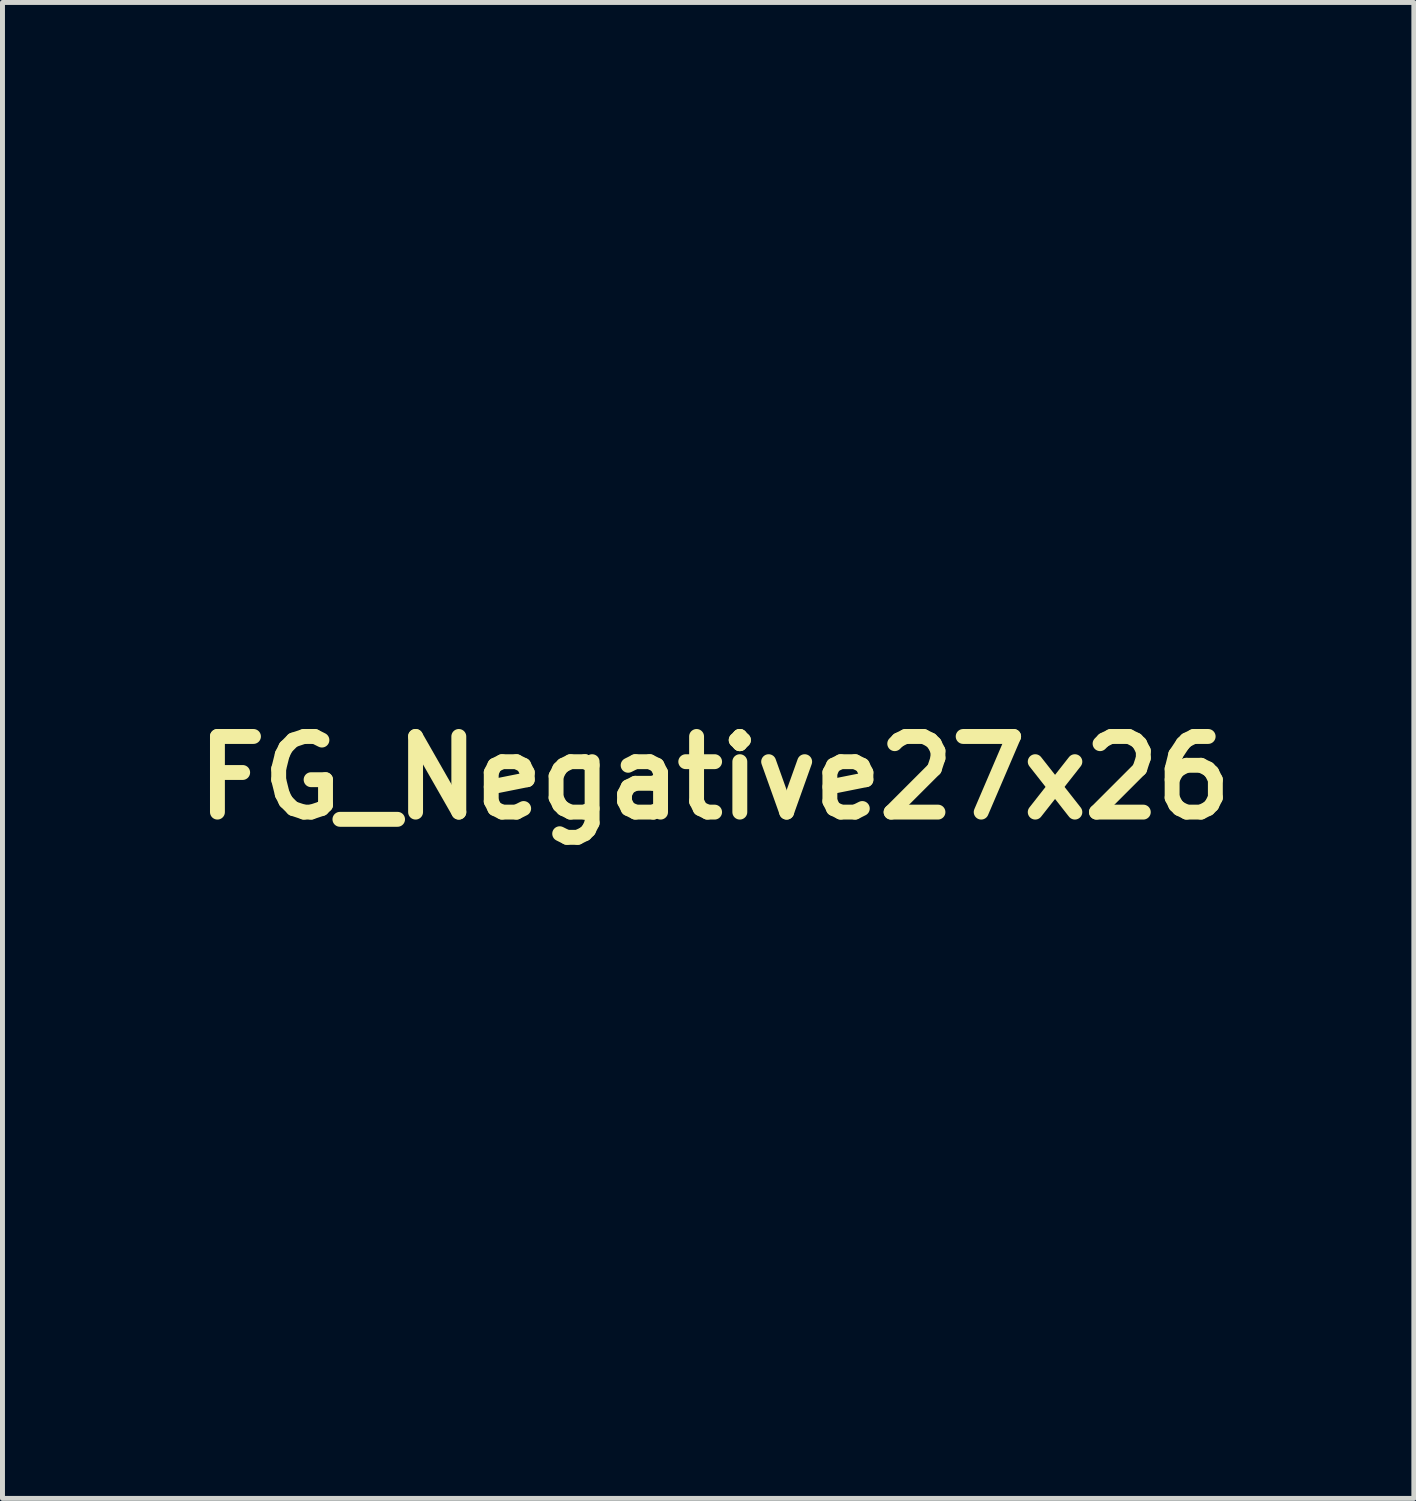
<source format=kicad_pcb>
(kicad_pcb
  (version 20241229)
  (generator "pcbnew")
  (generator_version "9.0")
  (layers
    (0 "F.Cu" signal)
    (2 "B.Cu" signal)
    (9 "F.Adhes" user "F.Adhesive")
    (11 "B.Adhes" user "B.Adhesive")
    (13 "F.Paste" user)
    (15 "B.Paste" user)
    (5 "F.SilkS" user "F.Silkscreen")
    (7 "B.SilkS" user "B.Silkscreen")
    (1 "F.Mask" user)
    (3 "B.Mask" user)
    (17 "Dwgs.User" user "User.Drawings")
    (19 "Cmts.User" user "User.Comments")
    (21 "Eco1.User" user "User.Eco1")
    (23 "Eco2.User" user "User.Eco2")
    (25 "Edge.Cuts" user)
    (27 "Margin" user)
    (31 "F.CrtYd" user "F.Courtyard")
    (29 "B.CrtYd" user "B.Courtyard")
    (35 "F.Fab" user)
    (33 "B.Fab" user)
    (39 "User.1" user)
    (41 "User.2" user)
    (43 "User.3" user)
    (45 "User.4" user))
  (footprint "FG_Negative27x26"
    (layer "F.Cu")
    (at 11.345 12.62)
    (property "Reference" "FG_Negative27x26" (at 0 0 0) (layer "F.SilkS") (effects (font (size 1.524 1.524) (thickness 0.3))))
    (attr through_hole)
    (fp_poly (pts (xy -1.713 10.635) (xy -1.695 10.671) (xy -1.724 10.649) (xy -1.713 10.635)) (stroke (width 0.01) (type solid)) (fill yes) (layer "F.Mask"))
    (fp_poly (pts (xy -10.668 -2.752) (xy -10.71 -2.709) (xy -10.753 -2.752) (xy -10.71 -2.794) (xy -10.668 -2.752)) (stroke (width 0.01) (type solid)) (fill yes) (layer "F.Mask"))
    (fp_poly (pts (xy -8.636 -6.816) (xy -8.678 -6.773) (xy -8.721 -6.816) (xy -8.678 -6.858) (xy -8.636 -6.816)) (stroke (width 0.01) (type solid)) (fill yes) (layer "F.Mask"))
    (fp_poly (pts (xy -1.27 1.143) (xy -1.312 1.185) (xy -1.355 1.143) (xy -1.312 1.101) (xy -1.27 1.143)) (stroke (width 0.01) (type solid)) (fill yes) (layer "F.Mask"))
    (fp_poly (pts (xy -1.27 2.752) (xy -1.312 2.794) (xy -1.355 2.752) (xy -1.312 2.709) (xy -1.27 2.752)) (stroke (width 0.01) (type solid)) (fill yes) (layer "F.Mask"))
    (fp_poly (pts (xy -0.085 3.09) (xy -0.127 3.133) (xy -0.169 3.09) (xy -0.127 3.048) (xy -0.085 3.09)) (stroke (width 0.01) (type solid)) (fill yes) (layer "F.Mask"))
    (fp_poly (pts (xy 0.085 6.816) (xy 0.042 6.858) (xy 0 6.816) (xy 0.042 6.773) (xy 0.085 6.816)) (stroke (width 0.01) (type solid)) (fill yes) (layer "F.Mask"))
    (fp_poly (pts (xy 0.254 6.646) (xy 0.212 6.689) (xy 0.169 6.646) (xy 0.212 6.604) (xy 0.254 6.646)) (stroke (width 0.01) (type solid)) (fill yes) (layer "F.Mask"))
    (fp_poly (pts (xy 0.593 -12.573) (xy 0.55 -12.531) (xy 0.508 -12.573) (xy 0.55 -12.615) (xy 0.593 -12.573)) (stroke (width 0.01) (type solid)) (fill yes) (layer "F.Mask"))
    (fp_poly (pts (xy 3.048 10.71) (xy 3.006 10.753) (xy 2.963 10.71) (xy 3.006 10.668) (xy 3.048 10.71)) (stroke (width 0.01) (type solid)) (fill yes) (layer "F.Mask"))
    (fp_poly (pts (xy 8.975 -1.566) (xy 8.932 -1.524) (xy 8.89 -1.566) (xy 8.932 -1.609) (xy 8.975 -1.566)) (stroke (width 0.01) (type solid)) (fill yes) (layer "F.Mask"))
    (fp_poly (pts (xy 9.737 3.26) (xy 9.694 3.302) (xy 9.652 3.26) (xy 9.694 3.217) (xy 9.737 3.26)) (stroke (width 0.01) (type solid)) (fill yes) (layer "F.Mask"))
    (fp_poly (pts (xy -11.289 4.551) (xy -11.278 4.724) (xy -11.289 4.763) (xy -11.32 4.773) (xy -11.332 4.657) (xy -11.319 4.536) (xy -11.289 4.551)) (stroke (width 0.01) (type solid)) (fill yes) (layer "F.Mask"))
    (fp_poly (pts (xy -7.225 6.548) (xy -7.237 6.598) (xy -7.281 6.604) (xy -7.351 6.573) (xy -7.338 6.548) (xy -7.237 6.537) (xy -7.225 6.548)) (stroke (width 0.01) (type solid)) (fill yes) (layer "F.Mask"))
    (fp_poly (pts (xy -6.632 -2.088) (xy -6.622 -1.988) (xy -6.632 -1.976) (xy -6.683 -1.987) (xy -6.689 -2.032) (xy -6.658 -2.102) (xy -6.632 -2.088)) (stroke (width 0.01) (type solid)) (fill yes) (layer "F.Mask"))
    (fp_poly (pts (xy 8.269 6.583) (xy 8.28 6.756) (xy 8.269 6.795) (xy 8.238 6.805) (xy 8.226 6.689) (xy 8.239 6.568) (xy 8.269 6.583)) (stroke (width 0.01) (type solid)) (fill yes) (layer "F.Mask"))
    (fp_poly (pts (xy -7.895 8.078) (xy -7.735 8.228) (xy -7.712 8.293) (xy -7.734 8.297) (xy -7.803 8.24) (xy -7.924 8.107) (xy -8.086 7.916) (xy -7.895 8.078)) (stroke (width 0.01) (type solid)) (fill yes) (layer "F.Mask"))
    (fp_poly (pts (xy -9.428 3.141) (xy -9.424 3.155) (xy -9.412 3.34) (xy -9.427 3.409) (xy -9.455 3.412) (xy -9.466 3.28) (xy -9.466 3.26) (xy -9.454 3.128) (xy -9.428 3.141)) (stroke (width 0.01) (type solid)) (fill yes) (layer "F.Mask"))
    (fp_poly (pts (xy -5.204 0.318) (xy -5.047 0.36) (xy -4.995 0.391) (xy -5.062 0.424) (xy -5.204 0.417) (xy -5.335 0.379) (xy -5.369 0.351) (xy -5.334 0.311) (xy -5.204 0.318)) (stroke (width 0.01) (type solid)) (fill yes) (layer "F.Mask"))
    (fp_poly (pts (xy 4.425 -0.479) (xy 4.428 -0.451) (xy 4.296 -0.44) (xy 4.276 -0.44) (xy 4.144 -0.452) (xy 4.157 -0.478) (xy 4.171 -0.482) (xy 4.356 -0.494) (xy 4.425 -0.479)) (stroke (width 0.01) (type solid)) (fill yes) (layer "F.Mask"))
    (fp_poly (pts (xy 6.108 -9.184) (xy 6.181 -9.144) (xy 6.248 -9.077) (xy 6.223 -9.062) (xy 6.084 -9.104) (xy 6.011 -9.144) (xy 5.944 -9.211) (xy 5.969 -9.226) (xy 6.108 -9.184)) (stroke (width 0.01) (type solid)) (fill yes) (layer "F.Mask"))
    (fp_poly (pts (xy 7.649 1.51) (xy 7.641 1.651) (xy 7.599 1.81) (xy 7.568 1.863) (xy 7.543 1.79) (xy 7.535 1.651) (xy 7.56 1.492) (xy 7.608 1.439) (xy 7.649 1.51)) (stroke (width 0.01) (type solid)) (fill yes) (layer "F.Mask"))
    (fp_poly (pts (xy 8.257 -6.323) (xy 8.319 -6.276) (xy 8.45 -6.153) (xy 8.45 -6.097) (xy 8.435 -6.096) (xy 8.364 -6.154) (xy 8.287 -6.244) (xy 8.213 -6.344) (xy 8.257 -6.323)) (stroke (width 0.01) (type solid)) (fill yes) (layer "F.Mask"))
    (fp_poly (pts (xy -3.824 -1.229) (xy -3.8 -1.21) (xy -3.753 -1.076) (xy -3.815 -0.958) (xy -3.895 -0.931) (xy -4.003 -0.993) (xy -4.026 -1.023) (xy -4.036 -1.153) (xy -3.947 -1.239) (xy -3.824 -1.229)) (stroke (width 0.01) (type solid)) (fill yes) (layer "F.Mask"))
    (fp_poly (pts (xy 3.81 6.281) (xy 3.747 6.336) (xy 3.725 6.35) (xy 3.543 6.412) (xy 3.387 6.425) (xy 3.175 6.418) (xy 3.387 6.35) (xy 3.598 6.295) (xy 3.725 6.275) (xy 3.81 6.281)) (stroke (width 0.01) (type solid)) (fill yes) (layer "F.Mask"))
    (fp_poly (pts (xy -8.81 5.673) (xy -8.763 5.842) (xy -8.734 6.037) (xy -8.742 6.145) (xy -8.744 6.147) (xy -8.784 6.103) (xy -8.832 5.942) (xy -8.837 5.916) (xy -8.866 5.7) (xy -8.853 5.615) (xy -8.81 5.673)) (stroke (width 0.01) (type solid)) (fill yes) (layer "F.Mask"))
    (fp_poly (pts (xy -8.336 7.253) (xy -8.232 7.426) (xy -8.203 7.48) (xy -8.105 7.684) (xy -8.062 7.817) (xy -8.064 7.839) (xy -8.117 7.792) (xy -8.209 7.637) (xy -8.24 7.574) (xy -8.344 7.336) (xy -8.375 7.226) (xy -8.336 7.253)) (stroke (width 0.01) (type solid)) (fill yes) (layer "F.Mask"))
    (fp_poly (pts (xy -2.167 7.374) (xy -2.17 7.384) (xy -2.263 7.424) (xy -2.433 7.448) (xy -2.605 7.451) (xy -2.705 7.428) (xy -2.709 7.418) (xy -2.635 7.387) (xy -2.453 7.355) (xy -2.419 7.351) (xy -2.239 7.345) (xy -2.167 7.374)) (stroke (width 0.01) (type solid)) (fill yes) (layer "F.Mask"))
    (fp_poly (pts (xy 3.88 -5.822) (xy 3.916 -5.819) (xy 4 -5.805) (xy 3.932 -5.794) (xy 3.727 -5.788) (xy 3.556 -5.787) (xy 3.281 -5.79) (xy 3.133 -5.799) (xy 3.128 -5.811) (xy 3.196 -5.819) (xy 3.533 -5.833) (xy 3.88 -5.822)) (stroke (width 0.01) (type solid)) (fill yes) (layer "F.Mask"))
    (fp_poly (pts (xy -10.356 -2.034) (xy -10.312 -1.864) (xy -10.295 -1.77) (xy -10.269 -1.544) (xy -10.268 -1.4) (xy -10.276 -1.38) (xy -10.311 -1.431) (xy -10.355 -1.602) (xy -10.372 -1.693) (xy -10.4 -1.919) (xy -10.399 -2.063) (xy -10.391 -2.083) (xy -10.356 -2.034)) (stroke (width 0.01) (type solid)) (fill yes) (layer "F.Mask"))
    (fp_poly (pts (xy -8.688 6.338) (xy -8.618 6.477) (xy -8.549 6.641) (xy -8.463 6.88) (xy -8.417 7.045) (xy -8.416 7.089) (xy -8.461 7.038) (xy -8.542 6.873) (xy -8.583 6.775) (xy -8.667 6.54) (xy -8.714 6.363) (xy -8.717 6.327) (xy -8.688 6.338)) (stroke (width 0.01) (type solid)) (fill yes) (layer "F.Mask"))
    (fp_poly (pts (xy -7.328 -9.084) (xy -7.419 -8.935) (xy -7.451 -8.89) (xy -7.579 -8.724) (xy -7.665 -8.639) (xy -7.674 -8.636) (xy -7.658 -8.696) (xy -7.567 -8.845) (xy -7.535 -8.89) (xy -7.407 -9.056) (xy -7.321 -9.141) (xy -7.312 -9.144) (xy -7.328 -9.084)) (stroke (width 0.01) (type solid)) (fill yes) (layer "F.Mask"))
    (fp_poly (pts (xy -5.926 -6.992) (xy -5.705 -6.943) (xy -5.587 -6.909) (xy -5.402 -6.842) (xy -5.341 -6.798) (xy -5.376 -6.789) (xy -5.572 -6.813) (xy -5.821 -6.871) (xy -5.842 -6.877) (xy -6.011 -6.94) (xy -6.064 -6.988) (xy -6.052 -6.996) (xy -5.926 -6.992)) (stroke (width 0.01) (type solid)) (fill yes) (layer "F.Mask"))
    (fp_poly (pts (xy -5.624 0.322) (xy -5.633 0.332) (xy -5.812 0.428) (xy -6.056 0.472) (xy -6.279 0.455) (xy -6.35 0.423) (xy -6.409 0.366) (xy -6.325 0.369) (xy -6.262 0.383) (xy -6.025 0.389) (xy -5.796 0.338) (xy -5.639 0.291) (xy -5.624 0.322)) (stroke (width 0.01) (type solid)) (fill yes) (layer "F.Mask"))
    (fp_poly (pts (xy 7.612 2.117) (xy 7.577 2.325) (xy 7.484 2.587) (xy 7.447 2.667) (xy 7.361 2.831) (xy 7.326 2.874) (xy 7.334 2.836) (xy 7.392 2.652) (xy 7.47 2.39) (xy 7.499 2.286) (xy 7.566 2.083) (xy 7.603 2.044) (xy 7.612 2.117)) (stroke (width 0.01) (type solid)) (fill yes) (layer "F.Mask"))
    (fp_poly (pts (xy 7.864 0.762) (xy 7.832 0.925) (xy 7.751 1.14) (xy 7.75 1.143) (xy 7.673 1.29) (xy 7.634 1.321) (xy 7.633 1.312) (xy 7.661 1.183) (xy 7.731 0.973) (xy 7.747 0.931) (xy 7.819 0.775) (xy 7.86 0.741) (xy 7.864 0.762)) (stroke (width 0.01) (type solid)) (fill yes) (layer "F.Mask"))
    (fp_poly (pts (xy 9.899 0.24) (xy 9.97 0.395) (xy 10.047 0.607) (xy 10.111 0.819) (xy 10.145 0.979) (xy 10.143 1.024) (xy 10.104 1.003) (xy 10.035 0.854) (xy 9.969 0.668) (xy 9.896 0.419) (xy 9.855 0.244) (xy 9.854 0.193) (xy 9.899 0.24)) (stroke (width 0.01) (type solid)) (fill yes) (layer "F.Mask"))
    (fp_poly (pts (xy 4.566 -5.803) (xy 4.823 -5.761) (xy 5.23 -5.675) (xy 5.249 -5.671) (xy 5.388 -5.632) (xy 5.375 -5.612) (xy 5.228 -5.613) (xy 4.962 -5.635) (xy 4.826 -5.65) (xy 4.603 -5.695) (xy 4.456 -5.758) (xy 4.448 -5.765) (xy 4.445 -5.804) (xy 4.566 -5.803)) (stroke (width 0.01) (type solid)) (fill yes) (layer "F.Mask"))
    (fp_poly (pts (xy 11.067 0.443) (xy 11.069 0.49) (xy 11.081 0.879) (xy 11.078 1.293) (xy 11.069 1.506) (xy 11.058 1.612) (xy 11.049 1.564) (xy 11.042 1.376) (xy 11.039 1.063) (xy 11.039 0.974) (xy 11.041 0.638) (xy 11.047 0.429) (xy 11.056 0.36) (xy 11.067 0.443)) (stroke (width 0.01) (type solid)) (fill yes) (layer "F.Mask"))
    (fp_poly (pts (xy -9.393 -3.234) (xy -9.354 -3.087) (xy -9.391 -2.946) (xy -9.408 -2.928) (xy -9.473 -2.882) (xy -9.448 -2.942) (xy -9.415 -3.091) (xy -9.485 -3.155) (xy -9.606 -3.094) (xy -9.622 -3.074) (xy -9.705 -2.977) (xy -9.699 -3.016) (xy -9.654 -3.111) (xy -9.558 -3.257) (xy -9.489 -3.302) (xy -9.393 -3.234)) (stroke (width 0.01) (type solid)) (fill yes) (layer "F.Mask"))
    (fp_poly (pts (xy -1.724 10.649) (xy -1.943 10.916) (xy -2.092 11.088) (xy -2.196 11.147) (xy -2.319 11.11) (xy -2.419 11.054) (xy -2.551 10.969) (xy -2.532 10.955) (xy -2.366 11.01) (xy -2.271 11.048) (xy -2.143 11.041) (xy -2.021 10.895) (xy -1.99 10.839) (xy -1.873 10.662) (xy -1.758 10.622) (xy -1.724 10.649)) (stroke (width 0.01) (type solid)) (fill yes) (layer "F.Mask"))
    (fp_poly (pts (xy -11.234 5.011) (xy -11.184 5.162) (xy -11.114 5.419) (xy -11.083 5.54) (xy -11.01 5.862) (xy -10.96 6.121) (xy -10.943 6.273) (xy -10.945 6.291) (xy -10.974 6.254) (xy -11.03 6.086) (xy -11.099 5.819) (xy -11.117 5.746) (xy -11.187 5.427) (xy -11.236 5.163) (xy -11.256 5.005) (xy -11.256 4.995) (xy -11.234 5.011)) (stroke (width 0.01) (type solid)) (fill yes) (layer "F.Mask"))
    (fp_poly (pts (xy -9.59 -3.614) (xy -9.666 -3.401) (xy -9.694 -3.333) (xy -9.765 -3.083) (xy -9.777 -2.863) (xy -9.772 -2.837) (xy -9.768 -2.665) (xy -9.814 -2.587) (xy -9.879 -2.614) (xy -9.9 -2.795) (xy -9.9 -2.81) (xy -9.859 -3.071) (xy -9.765 -3.364) (xy -9.737 -3.429) (xy -9.63 -3.638) (xy -9.58 -3.697) (xy -9.59 -3.614)) (stroke (width 0.01) (type solid)) (fill yes) (layer "F.Mask"))
    (fp_poly (pts (xy -1.625 10.726) (xy -1.453 10.98) (xy -1.433 11.013) (xy -1.287 11.238) (xy -1.161 11.346) (xy -1.006 11.375) (xy -0.93 11.374) (xy -0.756 11.377) (xy -0.742 11.416) (xy -0.768 11.436) (xy -1.01 11.509) (xy -1.237 11.45) (xy -1.329 11.342) (xy -1.455 11.138) (xy -1.523 11.012) (xy -1.695 10.671) (xy -1.625 10.726)) (stroke (width 0.01) (type solid)) (fill yes) (layer "F.Mask"))
    (fp_poly (pts (xy 1.866 -12.556) (xy 2.084 -12.402) (xy 2.298 -12.193) (xy 2.476 -11.965) (xy 2.583 -11.756) (xy 2.586 -11.605) (xy 2.583 -11.601) (xy 2.47 -11.52) (xy 2.296 -11.565) (xy 2.048 -11.74) (xy 1.843 -11.926) (xy 1.59 -12.202) (xy 1.471 -12.415) (xy 1.488 -12.556) (xy 1.644 -12.614) (xy 1.679 -12.615) (xy 1.866 -12.556)) (stroke (width 0.01) (type solid)) (fill yes) (layer "F.Mask"))
    (fp_poly (pts (xy -11.277 -3.365) (xy -11.254 -3.059) (xy -11.211 -2.862) (xy -11.158 -2.79) (xy -11.105 -2.86) (xy -11.068 -3.027) (xy -11.044 -3.181) (xy -11.037 -3.172) (xy -11.041 -3.012) (xy -11.084 -2.823) (xy -11.172 -2.726) (xy -11.267 -2.749) (xy -11.308 -2.818) (xy -11.328 -2.965) (xy -11.332 -3.218) (xy -11.324 -3.438) (xy -11.293 -3.937) (xy -11.277 -3.365)) (stroke (width 0.01) (type solid)) (fill yes) (layer "F.Mask"))
    (fp_poly (pts (xy 8.362 -1.947) (xy 8.429 -1.781) (xy 8.459 -1.686) (xy 8.543 -1.463) (xy 8.633 -1.376) (xy 8.72 -1.379) (xy 8.834 -1.377) (xy 8.832 -1.303) (xy 8.785 -1.199) (xy 8.775 -1.188) (xy 8.703 -1.226) (xy 8.621 -1.273) (xy 8.52 -1.387) (xy 8.416 -1.579) (xy 8.335 -1.787) (xy 8.304 -1.949) (xy 8.318 -1.996) (xy 8.362 -1.947)) (stroke (width 0.01) (type solid)) (fill yes) (layer "F.Mask"))
    (fp_poly (pts (xy -6.866 8.47) (xy -6.866 8.475) (xy -6.918 8.698) (xy -7.013 8.835) (xy -7.162 8.952) (xy -7.262 8.946) (xy -7.378 8.826) (xy -7.516 8.65) (xy -7.579 8.55) (xy -7.56 8.545) (xy -7.451 8.657) (xy -7.442 8.667) (xy -7.256 8.831) (xy -7.115 8.836) (xy -7.004 8.679) (xy -6.952 8.526) (xy -6.899 8.356) (xy -6.875 8.34) (xy -6.866 8.47)) (stroke (width 0.01) (type solid)) (fill yes) (layer "F.Mask"))
    (fp_poly (pts (xy 8.373 7.169) (xy 8.311 7.471) (xy 8.108 7.681) (xy 7.958 7.747) (xy 7.809 7.83) (xy 7.824 7.948) (xy 7.891 8.026) (xy 7.942 8.113) (xy 7.9 8.128) (xy 7.793 8.06) (xy 7.756 7.994) (xy 7.708 7.795) (xy 7.768 7.71) (xy 7.815 7.705) (xy 8.031 7.627) (xy 8.208 7.419) (xy 8.296 7.193) (xy 8.365 6.9) (xy 8.373 7.169)) (stroke (width 0.01) (type solid)) (fill yes) (layer "F.Mask"))
    (fp_poly (pts (xy -9.302 3.768) (xy -9.241 4.009) (xy -9.199 4.319) (xy -9.191 4.445) (xy -9.151 4.774) (xy -9.068 5.093) (xy -9.032 5.186) (xy -8.951 5.382) (xy -8.922 5.493) (xy -8.927 5.503) (xy -8.981 5.433) (xy -9.075 5.254) (xy -9.136 5.121) (xy -9.239 4.806) (xy -9.295 4.477) (xy -9.299 4.38) (xy -9.307 4.082) (xy -9.337 3.808) (xy -9.345 3.768) (xy -9.397 3.514) (xy -9.302 3.768)) (stroke (width 0.01) (type solid)) (fill yes) (layer "F.Mask"))
    (fp_poly (pts (xy -6.604 6.392) (xy -6.538 6.492) (xy -6.449 6.696) (xy -6.404 6.821) (xy -6.287 7.085) (xy -6.146 7.298) (xy -6.092 7.352) (xy -5.977 7.472) (xy -5.957 7.609) (xy -6.004 7.792) (xy -6.095 8.086) (xy -6.056 7.812) (xy -6.067 7.552) (xy -6.176 7.388) (xy -6.266 7.267) (xy -6.374 7.072) (xy -6.481 6.844) (xy -6.57 6.627) (xy -6.622 6.461) (xy -6.62 6.388) (xy -6.604 6.392)) (stroke (width 0.01) (type solid)) (fill yes) (layer "F.Mask"))
    (fp_poly (pts (xy -10.865 -3.395) (xy -10.842 -3.2) (xy -10.837 -3.048) (xy -10.828 -2.793) (xy -10.79 -2.666) (xy -10.706 -2.626) (xy -10.674 -2.625) (xy -10.543 -2.562) (xy -10.443 -2.423) (xy -10.416 -2.279) (xy -10.441 -2.231) (xy -10.495 -2.263) (xy -10.536 -2.355) (xy -10.651 -2.512) (xy -10.747 -2.563) (xy -10.848 -2.63) (xy -10.906 -2.792) (xy -10.934 -3.038) (xy -10.94 -3.282) (xy -10.922 -3.439) (xy -10.901 -3.471) (xy -10.865 -3.395)) (stroke (width 0.01) (type solid)) (fill yes) (layer "F.Mask"))
    (fp_poly (pts (xy -7.029 6.689) (xy -6.951 6.949) (xy -7.012 7.224) (xy -7.066 7.31) (xy -7.134 7.435) (xy -7.131 7.585) (xy -7.062 7.81) (xy -6.995 8.027) (xy -6.97 8.167) (xy -6.975 8.188) (xy -7.018 8.136) (xy -7.093 7.965) (xy -7.145 7.822) (xy -7.221 7.576) (xy -7.237 7.43) (xy -7.191 7.326) (xy -7.143 7.269) (xy -7.047 7.067) (xy -7.059 6.839) (xy -7.081 6.671) (xy -7.053 6.656) (xy -7.029 6.689)) (stroke (width 0.01) (type solid)) (fill yes) (layer "F.Mask"))
    (fp_poly (pts (xy -1.491 -5.721) (xy -1.3 -5.667) (xy -1.22 -5.639) (xy -0.995 -5.55) (xy -0.71 -5.426) (xy -0.397 -5.282) (xy -0.089 -5.135) (xy 0.179 -5.001) (xy 0.376 -4.896) (xy 0.467 -4.836) (xy 0.463 -4.828) (xy 0.35 -4.862) (xy 0.128 -4.952) (xy -0.157 -5.081) (xy -0.214 -5.108) (xy -0.569 -5.272) (xy -0.927 -5.429) (xy -1.208 -5.544) (xy -1.431 -5.636) (xy -1.563 -5.705) (xy -1.581 -5.728) (xy -1.491 -5.721)) (stroke (width 0.01) (type solid)) (fill yes) (layer "F.Mask"))
    (fp_poly (pts (xy 2.711 0.227) (xy 2.855 0.369) (xy 2.885 0.402) (xy 3.09 0.635) (xy 2.86 0.432) (xy 2.705 0.305) (xy 2.628 0.286) (xy 2.582 0.369) (xy 2.575 0.389) (xy 2.452 0.71) (xy 2.319 0.975) (xy 2.202 1.137) (xy 2.178 1.156) (xy 2.117 1.177) (xy 2.168 1.096) (xy 2.252 0.947) (xy 2.359 0.708) (xy 2.413 0.572) (xy 2.509 0.342) (xy 2.59 0.197) (xy 2.621 0.169) (xy 2.711 0.227)) (stroke (width 0.01) (type solid)) (fill yes) (layer "F.Mask"))
    (fp_poly (pts (xy 5.242 10.037) (xy 5.158 10.153) (xy 5.116 10.196) (xy 4.93 10.306) (xy 4.808 10.329) (xy 4.632 10.389) (xy 4.446 10.532) (xy 4.438 10.541) (xy 4.262 10.687) (xy 4.104 10.752) (xy 4.096 10.753) (xy 4.002 10.726) (xy 4.01 10.694) (xy 4.139 10.629) (xy 4.202 10.615) (xy 4.351 10.535) (xy 4.459 10.42) (xy 4.621 10.284) (xy 4.761 10.245) (xy 4.964 10.189) (xy 5.095 10.105) (xy 5.219 10.013) (xy 5.242 10.037)) (stroke (width 0.01) (type solid)) (fill yes) (layer "F.Mask"))
    (fp_poly (pts (xy -6.604 -6.562) (xy -6.389 -6.511) (xy -6.073 -6.431) (xy -5.689 -6.331) (xy -5.268 -6.22) (xy -4.842 -6.106) (xy -4.445 -5.997) (xy -4.107 -5.904) (xy -3.861 -5.833) (xy -3.74 -5.794) (xy -3.732 -5.791) (xy -3.734 -5.764) (xy -3.84 -5.771) (xy -4.063 -5.816) (xy -4.416 -5.901) (xy -4.914 -6.03) (xy -5.165 -6.096) (xy -5.614 -6.218) (xy -6.019 -6.333) (xy -6.346 -6.429) (xy -6.558 -6.498) (xy -6.604 -6.516) (xy -6.816 -6.609) (xy -6.604 -6.562)) (stroke (width 0.01) (type solid)) (fill yes) (layer "F.Mask"))
    (fp_poly (pts (xy 2.744 -5.744) (xy 2.743 -5.743) (xy 2.635 -5.692) (xy 2.461 -5.673) (xy 2.086 -5.606) (xy 1.719 -5.432) (xy 1.44 -5.188) (xy 1.153 -4.908) (xy 0.849 -4.763) (xy 0.72 -4.748) (xy 0.677 -4.771) (xy 0.78 -4.829) (xy 0.864 -4.861) (xy 1.129 -5.004) (xy 1.375 -5.21) (xy 1.407 -5.245) (xy 1.608 -5.444) (xy 1.816 -5.589) (xy 1.855 -5.607) (xy 2.069 -5.677) (xy 2.313 -5.733) (xy 2.539 -5.768) (xy 2.699 -5.774) (xy 2.744 -5.744)) (stroke (width 0.01) (type solid)) (fill yes) (layer "F.Mask"))
    (fp_poly (pts (xy -9.446 -2.667) (xy -9.565 -2.312) (xy -9.663 -2.008) (xy -9.771 -1.657) (xy -9.797 -1.572) (xy -9.917 -1.234) (xy -10.03 -1.058) (xy -10.14 -1.036) (xy -10.186 -1.071) (xy -10.243 -1.203) (xy -10.243 -1.221) (xy -10.207 -1.242) (xy -10.159 -1.185) (xy -10.079 -1.101) (xy -10.004 -1.168) (xy -9.993 -1.185) (xy -9.929 -1.336) (xy -9.855 -1.588) (xy -9.809 -1.778) (xy -9.721 -2.104) (xy -9.608 -2.414) (xy -9.548 -2.54) (xy -9.464 -2.684) (xy -9.436 -2.703) (xy -9.446 -2.667)) (stroke (width 0.01) (type solid)) (fill yes) (layer "F.Mask"))
    (fp_poly (pts (xy -5.03 -6.752) (xy -4.806 -6.704) (xy -4.478 -6.622) (xy -4.078 -6.517) (xy -3.633 -6.395) (xy -3.175 -6.265) (xy -2.731 -6.136) (xy -2.333 -6.016) (xy -2.008 -5.913) (xy -1.788 -5.836) (xy -1.703 -5.796) (xy -1.712 -5.762) (xy -1.86 -5.783) (xy -2.155 -5.859) (xy -2.601 -5.991) (xy -2.794 -6.051) (xy -3.261 -6.195) (xy -3.767 -6.344) (xy -4.232 -6.477) (xy -4.42 -6.528) (xy -4.739 -6.618) (xy -4.981 -6.695) (xy -5.11 -6.747) (xy -5.122 -6.76) (xy -5.03 -6.752)) (stroke (width 0.01) (type solid)) (fill yes) (layer "F.Mask"))
    (fp_poly (pts (xy 1.515 5.628) (xy 1.482 5.639) (xy 1.068 5.772) (xy 0.643 5.942) (xy 0.274 6.121) (xy 0.101 6.224) (xy -0.209 6.435) (xy 0.248 6.435) (xy 0.493 6.44) (xy 0.644 6.453) (xy 0.67 6.465) (xy 0.539 6.51) (xy 0.312 6.538) (xy 0.066 6.545) (xy -0.127 6.528) (xy -0.18 6.509) (xy -0.235 6.434) (xy -0.166 6.331) (xy -0.085 6.259) (xy 0.213 6.059) (xy 0.59 5.867) (xy 0.977 5.714) (xy 1.306 5.631) (xy 1.331 5.628) (xy 1.491 5.617) (xy 1.515 5.628)) (stroke (width 0.01) (type solid)) (fill yes) (layer "F.Mask"))
    (fp_poly (pts (xy 4.96 6.064) (xy 5.222 6.21) (xy 5.472 6.401) (xy 5.68 6.529) (xy 5.824 6.587) (xy 5.881 6.566) (xy 5.827 6.458) (xy 5.792 6.413) (xy 5.63 6.223) (xy 5.821 6.384) (xy 5.958 6.522) (xy 6.011 6.617) (xy 5.951 6.687) (xy 5.775 6.645) (xy 5.492 6.494) (xy 5.322 6.384) (xy 5.07 6.226) (xy 4.862 6.14) (xy 4.644 6.119) (xy 4.36 6.157) (xy 4.064 6.22) (xy 3.995 6.224) (xy 4.073 6.179) (xy 4.149 6.146) (xy 4.588 6.028) (xy 4.96 6.064)) (stroke (width 0.01) (type solid)) (fill yes) (layer "F.Mask"))
    (fp_poly (pts (xy -6.367 7.566) (xy -6.282 7.743) (xy -6.265 7.877) (xy -6.232 8.062) (xy -6.16 8.152) (xy -6.103 8.226) (xy -6.122 8.262) (xy -6.209 8.273) (xy -6.291 8.159) (xy -6.342 7.962) (xy -6.349 7.858) (xy -6.382 7.662) (xy -6.459 7.568) (xy -6.551 7.605) (xy -6.565 7.626) (xy -6.603 7.751) (xy -6.648 7.995) (xy -6.691 8.304) (xy -6.693 8.325) (xy -6.764 8.932) (xy -6.732 8.265) (xy -6.706 7.938) (xy -6.668 7.676) (xy -6.623 7.524) (xy -6.613 7.511) (xy -6.49 7.476) (xy -6.367 7.566)) (stroke (width 0.01) (type solid)) (fill yes) (layer "F.Mask"))
    (fp_poly (pts (xy -8.602 -7.249) (xy -8.486 -7.208) (xy -8.249 -7.127) (xy -7.927 -7.019) (xy -7.669 -6.934) (xy -7.334 -6.818) (xy -7.077 -6.72) (xy -6.93 -6.653) (xy -6.91 -6.629) (xy -7.021 -6.643) (xy -7.251 -6.703) (xy -7.562 -6.797) (xy -7.744 -6.857) (xy -8.084 -6.968) (xy -8.367 -7.055) (xy -8.552 -7.105) (xy -8.596 -7.112) (xy -8.7 -7.048) (xy -8.849 -6.887) (xy -8.919 -6.796) (xy -9.05 -6.623) (xy -9.132 -6.54) (xy -9.144 -6.543) (xy -9.097 -6.673) (xy -8.983 -6.858) (xy -8.837 -7.049) (xy -8.699 -7.196) (xy -8.606 -7.25) (xy -8.602 -7.249)) (stroke (width 0.01) (type solid)) (fill yes) (layer "F.Mask"))
    (fp_poly (pts (xy -7.734 -8.491) (xy -7.849 -8.308) (xy -8.026 -8.064) (xy -8.233 -7.789) (xy -7.905 -7.649) (xy -7.67 -7.557) (xy -7.336 -7.437) (xy -6.963 -7.311) (xy -6.858 -7.276) (xy -6.563 -7.175) (xy -6.365 -7.096) (xy -6.288 -7.049) (xy -6.308 -7.042) (xy -6.469 -7.068) (xy -6.734 -7.138) (xy -7.047 -7.237) (xy -7.07 -7.245) (xy -7.493 -7.397) (xy -7.853 -7.538) (xy -8.123 -7.656) (xy -8.274 -7.74) (xy -8.297 -7.767) (xy -8.252 -7.853) (xy -8.14 -8.021) (xy -7.996 -8.221) (xy -7.856 -8.407) (xy -7.755 -8.529) (xy -7.728 -8.551) (xy -7.734 -8.491)) (stroke (width 0.01) (type solid)) (fill yes) (layer "F.Mask"))
    (fp_poly (pts (xy -5.223 -11.079) (xy -4.953 -11.066) (xy -5.207 -11.03) (xy -5.454 -10.951) (xy -5.63 -10.841) (xy -5.833 -10.686) (xy -5.977 -10.598) (xy -6.106 -10.487) (xy -6.291 -10.274) (xy -6.498 -9.998) (xy -6.556 -9.914) (xy -6.758 -9.627) (xy -6.941 -9.386) (xy -7.072 -9.234) (xy -7.096 -9.212) (xy -7.141 -9.197) (xy -7.088 -9.294) (xy -7.044 -9.356) (xy -6.89 -9.569) (xy -6.696 -9.852) (xy -6.562 -10.051) (xy -6.344 -10.333) (xy -6.092 -10.585) (xy -5.937 -10.704) (xy -5.725 -10.849) (xy -5.578 -10.969) (xy -5.548 -11.003) (xy -5.433 -11.061) (xy -5.231 -11.079) (xy -5.223 -11.079)) (stroke (width 0.01) (type solid)) (fill yes) (layer "F.Mask"))
    (fp_poly (pts (xy 7.873 8.424) (xy 7.915 8.623) (xy 7.861 8.745) (xy 7.815 8.784) (xy 7.647 8.872) (xy 7.561 8.89) (xy 7.478 8.964) (xy 7.451 9.125) (xy 7.376 9.446) (xy 7.166 9.679) (xy 6.897 9.785) (xy 6.675 9.86) (xy 6.528 9.968) (xy 6.521 9.979) (xy 6.455 10.056) (xy 6.439 10.033) (xy 6.507 9.855) (xy 6.726 9.737) (xy 6.849 9.707) (xy 7.153 9.583) (xy 7.323 9.356) (xy 7.363 9.118) (xy 7.406 8.928) (xy 7.559 8.816) (xy 7.616 8.794) (xy 7.789 8.71) (xy 7.84 8.584) (xy 7.828 8.438) (xy 7.789 8.17) (xy 7.873 8.424)) (stroke (width 0.01) (type solid)) (fill yes) (layer "F.Mask"))
    (fp_poly (pts (xy -9.901 -5.86) (xy -9.95 -5.693) (xy -9.976 -5.63) (xy -10.104 -5.422) (xy -10.231 -5.335) (xy -10.327 -5.384) (xy -10.346 -5.426) (xy -10.434 -5.454) (xy -10.629 -5.373) (xy -10.648 -5.362) (xy -10.867 -5.157) (xy -11.046 -4.843) (xy -11.156 -4.481) (xy -11.176 -4.266) (xy -11.205 -4.096) (xy -11.248 -4.029) (xy -11.289 -4.066) (xy -11.283 -4.215) (xy -11.156 -4.742) (xy -10.971 -5.151) (xy -10.738 -5.416) (xy -10.538 -5.54) (xy -10.396 -5.553) (xy -10.323 -5.519) (xy -10.21 -5.479) (xy -10.133 -5.559) (xy -10.087 -5.676) (xy -10.004 -5.851) (xy -9.923 -5.927) (xy -9.921 -5.927) (xy -9.901 -5.86)) (stroke (width 0.01) (type solid)) (fill yes) (layer "F.Mask"))
    (fp_poly (pts (xy -10.403 1.634) (xy -10.283 1.732) (xy -10.142 1.907) (xy -10.076 2.054) (xy -10.075 2.064) (xy -10.132 2.313) (xy -10.291 2.438) (xy -10.534 2.437) (xy -10.844 2.305) (xy -10.945 2.241) (xy -11.157 2.086) (xy -11.242 1.973) (xy -11.237 1.945) (xy -11.131 1.945) (xy -11.107 1.999) (xy -10.924 2.181) (xy -10.693 2.299) (xy -10.461 2.343) (xy -10.273 2.306) (xy -10.175 2.177) (xy -10.174 2.173) (xy -10.214 1.98) (xy -10.365 1.79) (xy -10.579 1.651) (xy -10.764 1.609) (xy -10.964 1.662) (xy -11.101 1.791) (xy -11.131 1.945) (xy -11.237 1.945) (xy -11.218 1.851) (xy -11.129 1.712) (xy -10.928 1.556) (xy -10.67 1.53) (xy -10.403 1.634)) (stroke (width 0.01) (type solid)) (fill yes) (layer "F.Mask"))
    (fp_poly (pts (xy 6.465 -9.019) (xy 6.651 -8.959) (xy 6.697 -8.941) (xy 6.973 -8.787) (xy 7.192 -8.594) (xy 7.323 -8.399) (xy 7.334 -8.253) (xy 7.362 -8.092) (xy 7.536 -7.852) (xy 7.619 -7.761) (xy 7.823 -7.518) (xy 7.981 -7.276) (xy 8.035 -7.154) (xy 8.126 -6.83) (xy 8.178 -6.584) (xy 8.186 -6.449) (xy 8.174 -6.435) (xy 8.127 -6.507) (xy 8.08 -6.668) (xy 7.974 -7.068) (xy 7.849 -7.36) (xy 7.672 -7.605) (xy 7.536 -7.746) (xy 7.327 -7.979) (xy 7.242 -8.155) (xy 7.246 -8.253) (xy 7.22 -8.456) (xy 7.034 -8.65) (xy 6.684 -8.837) (xy 6.655 -8.849) (xy 6.465 -8.941) (xy 6.371 -9.009) (xy 6.37 -9.023) (xy 6.465 -9.019)) (stroke (width 0.01) (type solid)) (fill yes) (layer "F.Mask"))
    (fp_poly (pts (xy -0.751 0.651) (xy -0.572 0.804) (xy -0.409 0.97) (xy -0.021 1.297) (xy 0.432 1.518) (xy 0.909 1.624) (xy 1.373 1.609) (xy 1.783 1.462) (xy 1.809 1.447) (xy 1.995 1.34) (xy 2.105 1.294) (xy 2.117 1.299) (xy 2.052 1.365) (xy 1.891 1.477) (xy 1.841 1.508) (xy 1.469 1.674) (xy 1.095 1.739) (xy 0.889 1.721) (xy 0.369 1.571) (xy -0.035 1.375) (xy -0.373 1.108) (xy -0.425 1.057) (xy -0.673 0.821) (xy -0.852 0.707) (xy -0.997 0.706) (xy -1.144 0.807) (xy -1.185 0.847) (xy -1.305 0.943) (xy -1.355 0.937) (xy -1.355 0.936) (xy -1.287 0.827) (xy -1.131 0.703) (xy -0.955 0.612) (xy -0.865 0.593) (xy -0.751 0.651)) (stroke (width 0.01) (type solid)) (fill yes) (layer "F.Mask"))
    (fp_poly (pts (xy -6.614 -1.627) (xy -6.62 -1.45) (xy -6.682 -1.348) (xy -6.842 -1.282) (xy -7.034 -1.237) (xy -7.24 -1.12) (xy -7.354 -0.967) (xy -7.41 -0.713) (xy -7.392 -0.425) (xy -7.311 -0.178) (xy -7.236 -0.082) (xy -7.137 0.065) (xy -7.067 0.266) (xy -6.994 0.448) (xy -6.892 0.472) (xy -6.672 0.39) (xy -6.587 0.375) (xy -6.646 0.43) (xy -6.689 0.457) (xy -6.858 0.551) (xy -6.954 0.59) (xy -7.016 0.522) (xy -7.124 0.342) (xy -7.228 0.141) (xy -7.359 -0.152) (xy -7.46 -0.424) (xy -7.496 -0.557) (xy -7.48 -0.843) (xy -7.353 -1.11) (xy -7.15 -1.305) (xy -6.969 -1.37) (xy -6.784 -1.431) (xy -6.692 -1.594) (xy -6.678 -1.651) (xy -6.624 -1.905) (xy -6.614 -1.627)) (stroke (width 0.01) (type solid)) (fill yes) (layer "F.Mask"))
    (fp_poly (pts (xy -0.792 1.255) (xy -0.564 1.317) (xy -0.416 1.469) (xy -0.36 1.575) (xy -0.282 1.859) (xy -0.35 2.095) (xy -0.572 2.299) (xy -0.879 2.453) (xy -1.151 2.568) (xy -1.375 2.67) (xy -1.46 2.713) (xy -1.583 2.75) (xy -1.609 2.717) (xy -1.535 2.648) (xy -1.347 2.557) (xy -1.19 2.499) (xy -0.81 2.341) (xy -0.525 2.159) (xy -0.364 1.974) (xy -0.339 1.875) (xy -0.385 1.7) (xy -0.476 1.535) (xy -0.585 1.414) (xy -0.723 1.371) (xy -0.953 1.39) (xy -0.984 1.394) (xy -1.222 1.413) (xy -1.345 1.387) (xy -1.355 1.368) (xy -1.287 1.322) (xy -1.172 1.334) (xy -1.048 1.343) (xy -1.039 1.301) (xy -1.002 1.255) (xy -0.834 1.251) (xy -0.792 1.255)) (stroke (width 0.01) (type solid)) (fill yes) (layer "F.Mask"))
    (fp_poly (pts (xy 2.505 6.448) (xy 3.175 6.461) (xy 2.455 6.514) (xy 2.028 6.559) (xy 1.71 6.629) (xy 1.444 6.74) (xy 1.355 6.789) (xy 0.834 7.003) (xy 0.256 7.087) (xy -0.317 7.032) (xy -0.336 7.028) (xy -0.575 6.98) (xy -0.77 6.977) (xy -0.985 7.028) (xy -1.286 7.141) (xy -1.301 7.147) (xy -1.592 7.256) (xy -1.829 7.333) (xy -1.961 7.36) (xy -1.962 7.36) (xy -1.962 7.332) (xy -1.833 7.269) (xy -1.736 7.231) (xy -1.436 7.115) (xy -1.146 6.99) (xy -1.111 6.974) (xy -0.786 6.883) (xy -0.518 6.908) (xy -0.267 6.944) (xy 0.071 6.965) (xy 0.348 6.967) (xy 0.719 6.943) (xy 1.015 6.869) (xy 1.326 6.721) (xy 1.37 6.696) (xy 1.628 6.561) (xy 1.845 6.484) (xy 2.088 6.451) (xy 2.421 6.447) (xy 2.505 6.448)) (stroke (width 0.01) (type solid)) (fill yes) (layer "F.Mask"))
    (fp_poly (pts (xy 5.351 8.607) (xy 5.366 8.73) (xy 5.334 8.805) (xy 5.262 9.02) (xy 5.249 9.132) (xy 5.306 9.37) (xy 5.446 9.628) (xy 5.624 9.832) (xy 5.715 9.891) (xy 5.907 9.978) (xy 6.151 10.087) (xy 6.181 10.101) (xy 6.336 10.183) (xy 6.372 10.23) (xy 6.35 10.234) (xy 6.163 10.195) (xy 6.096 10.165) (xy 5.927 10.078) (xy 5.736 9.986) (xy 5.519 9.82) (xy 5.322 9.564) (xy 5.192 9.289) (xy 5.165 9.134) (xy 5.205 8.915) (xy 5.252 8.8) (xy 5.29 8.666) (xy 5.223 8.645) (xy 5.097 8.738) (xy 5.015 8.922) (xy 5.003 9.197) (xy 5.06 9.502) (xy 5.127 9.677) (xy 5.26 9.948) (xy 5.087 9.737) (xy 4.954 9.475) (xy 4.91 9.166) (xy 4.955 8.876) (xy 5.075 8.683) (xy 5.241 8.586) (xy 5.351 8.607)) (stroke (width 0.01) (type solid)) (fill yes) (layer "F.Mask"))
    (fp_poly (pts (xy 7.264 3.706) (xy 7.27 4.051) (xy 7.26 4.264) (xy 7.225 4.384) (xy 7.156 4.45) (xy 7.07 4.487) (xy 6.912 4.592) (xy 6.858 4.702) (xy 6.916 4.856) (xy 7.065 5.077) (xy 7.268 5.321) (xy 7.487 5.543) (xy 7.686 5.701) (xy 7.724 5.724) (xy 7.879 5.845) (xy 8.033 6.025) (xy 8.152 6.214) (xy 8.201 6.36) (xy 8.188 6.403) (xy 8.135 6.36) (xy 8.054 6.207) (xy 8.043 6.179) (xy 7.898 5.958) (xy 7.713 5.804) (xy 7.543 5.679) (xy 7.32 5.469) (xy 7.124 5.254) (xy 6.918 4.991) (xy 6.817 4.803) (xy 6.801 4.651) (xy 6.809 4.611) (xy 6.912 4.439) (xy 7.026 4.403) (xy 7.107 4.386) (xy 7.159 4.313) (xy 7.191 4.152) (xy 7.211 3.868) (xy 7.218 3.704) (xy 7.247 3.006) (xy 7.264 3.706)) (stroke (width 0.01) (type solid)) (fill yes) (layer "F.Mask"))
    (fp_poly (pts (xy 9.376 -0.603) (xy 9.533 -0.439) (xy 9.684 -0.233) (xy 9.784 -0.039) (xy 9.787 -0.03) (xy 9.783 0.012) (xy 9.71 -0.074) (xy 9.675 -0.127) (xy 9.523 -0.333) (xy 9.382 -0.487) (xy 9.375 -0.492) (xy 9.24 -0.529) (xy 9.121 -0.426) (xy 9.021 -0.212) (xy 8.946 0.084) (xy 8.899 0.433) (xy 8.885 0.806) (xy 8.907 1.175) (xy 8.972 1.509) (xy 9.045 1.71) (xy 9.164 2.024) (xy 9.246 2.354) (xy 9.257 2.434) (xy 9.279 2.691) (xy 9.266 2.786) (xy 9.22 2.72) (xy 9.195 2.66) (xy 9.155 2.473) (xy 9.141 2.3) (xy 9.102 2.081) (xy 9.009 1.811) (xy 8.975 1.736) (xy 8.856 1.356) (xy 8.803 0.886) (xy 8.815 0.392) (xy 8.891 -0.059) (xy 8.982 -0.312) (xy 9.105 -0.525) (xy 9.216 -0.654) (xy 9.257 -0.673) (xy 9.376 -0.603)) (stroke (width 0.01) (type solid)) (fill yes) (layer "F.Mask"))
    (fp_poly (pts (xy -6.822 4.893) (xy -6.523 5.073) (xy -6.171 5.344) (xy -5.797 5.683) (xy -5.553 5.911) (xy -5.346 6.084) (xy -5.212 6.174) (xy -5.189 6.181) (xy -5.107 6.108) (xy -5.056 5.948) (xy -5.021 5.715) (xy -5.008 5.95) (xy -5.031 6.163) (xy -5.132 6.237) (xy -5.316 6.171) (xy -5.587 5.966) (xy -5.786 5.782) (xy -6.13 5.471) (xy -6.452 5.219) (xy -6.735 5.035) (xy -6.961 4.928) (xy -7.113 4.904) (xy -7.173 4.973) (xy -7.123 5.142) (xy -7.109 5.171) (xy -7.026 5.351) (xy -6.932 5.594) (xy -6.841 5.854) (xy -6.77 6.082) (xy -6.734 6.232) (xy -6.738 6.265) (xy -6.796 6.197) (xy -6.831 6.117) (xy -6.889 5.962) (xy -6.987 5.71) (xy -7.082 5.469) (xy -7.19 5.165) (xy -7.224 4.973) (xy -7.189 4.859) (xy -7.185 4.854) (xy -7.05 4.816) (xy -6.822 4.893)) (stroke (width 0.01) (type solid)) (fill yes) (layer "F.Mask"))
    (fp_poly (pts (xy -3.474 -4.269) (xy -3.208 -4.146) (xy -2.951 -3.988) (xy -2.772 -3.831) (xy -2.744 -3.792) (xy -2.748 -3.756) (xy -2.843 -3.821) (xy -3.108 -4.004) (xy -3.406 -4.151) (xy -3.668 -4.228) (xy -3.73 -4.233) (xy -3.908 -4.195) (xy -4.16 -4.096) (xy -4.306 -4.025) (xy -4.617 -3.865) (xy -4.976 -3.686) (xy -5.165 -3.596) (xy -5.474 -3.426) (xy -5.755 -3.231) (xy -5.976 -3.037) (xy -6.108 -2.872) (xy -6.122 -2.768) (xy -6.126 -2.724) (xy -6.164 -2.741) (xy -6.261 -2.711) (xy -6.387 -2.551) (xy -6.427 -2.479) (xy -6.529 -2.305) (xy -6.59 -2.233) (xy -6.597 -2.244) (xy -6.534 -2.433) (xy -6.346 -2.718) (xy -6.093 -3.029) (xy -5.894 -3.207) (xy -5.588 -3.419) (xy -5.214 -3.647) (xy -4.807 -3.87) (xy -4.407 -4.068) (xy -4.052 -4.22) (xy -3.778 -4.306) (xy -3.682 -4.318) (xy -3.474 -4.269)) (stroke (width 0.01) (type solid)) (fill yes) (layer "F.Mask"))
    (fp_poly (pts (xy 2.551 5.491) (xy 2.984 5.506) (xy 3.27 5.541) (xy 3.431 5.6) (xy 3.455 5.62) (xy 3.532 5.732) (xy 3.502 5.829) (xy 3.346 5.928) (xy 3.049 6.045) (xy 2.945 6.08) (xy 2.634 6.171) (xy 2.275 6.257) (xy 1.9 6.332) (xy 1.54 6.392) (xy 1.225 6.431) (xy 0.989 6.446) (xy 0.86 6.432) (xy 0.858 6.395) (xy 0.956 6.368) (xy 1.174 6.336) (xy 1.443 6.307) (xy 1.731 6.267) (xy 2.08 6.197) (xy 2.455 6.108) (xy 2.817 6.01) (xy 3.131 5.912) (xy 3.36 5.825) (xy 3.468 5.759) (xy 3.471 5.749) (xy 3.442 5.676) (xy 3.338 5.627) (xy 3.132 5.597) (xy 2.801 5.583) (xy 2.492 5.58) (xy 2.15 5.575) (xy 1.888 5.562) (xy 1.741 5.544) (xy 1.722 5.531) (xy 1.822 5.511) (xy 2.051 5.497) (xy 2.369 5.491) (xy 2.551 5.491)) (stroke (width 0.01) (type solid)) (fill yes) (layer "F.Mask"))
    (fp_poly (pts (xy 8.549 -5.962) (xy 8.551 -5.941) (xy 8.477 -5.874) (xy 8.296 -5.814) (xy 8.26 -5.806) (xy 7.968 -5.751) (xy 8.138 -5.463) (xy 8.275 -5.074) (xy 8.282 -4.852) (xy 8.254 -4.648) (xy 8.183 -4.55) (xy 8.015 -4.513) (xy 7.902 -4.504) (xy 7.62 -4.515) (xy 7.479 -4.593) (xy 7.296 -4.781) (xy 6.98 -4.989) (xy 6.561 -5.2) (xy 6.184 -5.354) (xy 5.931 -5.454) (xy 5.795 -5.52) (xy 5.794 -5.545) (xy 5.842 -5.54) (xy 6.169 -5.449) (xy 6.557 -5.292) (xy 6.943 -5.099) (xy 7.264 -4.899) (xy 7.392 -4.796) (xy 7.688 -4.609) (xy 7.921 -4.572) (xy 8.114 -4.585) (xy 8.195 -4.656) (xy 8.213 -4.838) (xy 8.213 -4.88) (xy 8.166 -5.162) (xy 8.052 -5.446) (xy 8.034 -5.477) (xy 7.917 -5.687) (xy 7.913 -5.802) (xy 8.036 -5.864) (xy 8.175 -5.892) (xy 8.373 -5.938) (xy 8.482 -5.978) (xy 8.549 -5.962)) (stroke (width 0.01) (type solid)) (fill yes) (layer "F.Mask"))
    (fp_poly (pts (xy -4.149 -0.603) (xy -4.215 -0.514) (xy -4.25 -0.508) (xy -4.309 -0.483) (xy -4.25 -0.406) (xy -4.155 -0.264) (xy -4.217 -0.186) (xy -4.353 -0.169) (xy -4.636 -0.134) (xy -4.798 -0.037) (xy -4.826 0.046) (xy -4.757 0.151) (xy -4.606 0.228) (xy -4.461 0.24) (xy -4.425 0.219) (xy -4.444 0.171) (xy -4.494 0.161) (xy -4.529 0.139) (xy -4.445 0.099) (xy -4.287 0.055) (xy -4.102 0.02) (xy -3.984 0.008) (xy -3.853 0.025) (xy -3.857 0.073) (xy -3.986 0.144) (xy -4.214 0.235) (xy -4.479 0.324) (xy -4.715 0.391) (xy -4.861 0.414) (xy -4.862 0.414) (xy -4.873 0.39) (xy -4.799 0.364) (xy -4.692 0.324) (xy -4.73 0.263) (xy -4.791 0.217) (xy -4.893 0.07) (xy -4.849 -0.08) (xy -4.677 -0.195) (xy -4.58 -0.223) (xy -4.408 -0.289) (xy -4.37 -0.377) (xy -4.347 -0.51) (xy -4.28 -0.589) (xy -4.171 -0.648) (xy -4.149 -0.603)) (stroke (width 0.01) (type solid)) (fill yes) (layer "F.Mask"))
    (fp_poly (pts (xy 7.369 -2.475) (xy 7.505 -2.305) (xy 7.654 -2.093) (xy 7.85 -1.817) (xy 8.048 -1.57) (xy 8.166 -1.443) (xy 8.314 -1.255) (xy 8.382 -1.073) (xy 8.382 -1.061) (xy 8.354 -0.834) (xy 8.283 -0.51) (xy 8.184 -0.152) (xy 8.075 0.176) (xy 8.002 0.354) (xy 7.932 0.491) (xy 7.913 0.498) (xy 7.921 0.466) (xy 8.079 -0.089) (xy 8.191 -0.507) (xy 8.257 -0.812) (xy 8.281 -1.031) (xy 8.263 -1.187) (xy 8.206 -1.306) (xy 8.113 -1.413) (xy 8.078 -1.446) (xy 7.906 -1.636) (xy 7.704 -1.899) (xy 7.593 -2.061) (xy 7.327 -2.472) (xy 7.198 -2.275) (xy 6.727 -1.655) (xy 6.21 -1.158) (xy 5.666 -0.799) (xy 5.113 -0.589) (xy 4.948 -0.558) (xy 4.614 -0.51) (xy 4.995 -0.622) (xy 5.697 -0.914) (xy 6.315 -1.342) (xy 6.824 -1.887) (xy 7.045 -2.223) (xy 7.17 -2.417) (xy 7.269 -2.529) (xy 7.292 -2.54) (xy 7.369 -2.475)) (stroke (width 0.01) (type solid)) (fill yes) (layer "F.Mask"))
    (fp_poly (pts (xy 9.862 -2.858) (xy 9.941 -2.723) (xy 10.03 -2.475) (xy 9.985 -2.303) (xy 9.792 -2.181) (xy 9.609 -2.125) (xy 9.341 -2.023) (xy 9.14 -1.883) (xy 9.106 -1.844) (xy 9.013 -1.736) (xy 8.975 -1.743) (xy 9.043 -1.9) (xy 9.207 -2.063) (xy 9.403 -2.178) (xy 9.512 -2.201) (xy 9.737 -2.25) (xy 9.854 -2.311) (xy 9.95 -2.411) (xy 9.943 -2.539) (xy 9.895 -2.656) (xy 9.792 -2.821) (xy 9.653 -2.859) (xy 9.55 -2.843) (xy 9.281 -2.788) (xy 9.059 -2.742) (xy 8.814 -2.737) (xy 8.678 -2.795) (xy 8.522 -2.847) (xy 8.389 -2.755) (xy 8.304 -2.541) (xy 8.286 -2.381) (xy 8.273 -2.212) (xy 8.252 -2.209) (xy 8.236 -2.273) (xy 8.228 -2.554) (xy 8.301 -2.777) (xy 8.431 -2.911) (xy 8.595 -2.924) (xy 8.688 -2.87) (xy 8.854 -2.816) (xy 9.059 -2.827) (xy 9.341 -2.884) (xy 9.561 -2.93) (xy 9.744 -2.942) (xy 9.862 -2.858)) (stroke (width 0.01) (type solid)) (fill yes) (layer "F.Mask"))
    (fp_poly (pts (xy -9.275 -4.646) (xy -9.121 -4.493) (xy -9.039 -4.272) (xy -9.063 -4.006) (xy -9.07 -3.985) (xy -9.118 -3.79) (xy -9.072 -3.652) (xy -8.942 -3.515) (xy -8.756 -3.247) (xy -8.721 -3.053) (xy -8.69 -2.825) (xy -8.612 -2.527) (xy -8.553 -2.355) (xy -8.456 -2.078) (xy -8.417 -1.923) (xy -8.435 -1.901) (xy -8.508 -2.022) (xy -8.583 -2.179) (xy -8.683 -2.461) (xy -8.769 -2.8) (xy -8.795 -2.939) (xy -8.89 -3.303) (xy -9.047 -3.529) (xy -9.059 -3.539) (xy -9.187 -3.666) (xy -9.208 -3.8) (xy -9.159 -3.974) (xy -9.114 -4.272) (xy -9.202 -4.497) (xy -9.353 -4.602) (xy -9.531 -4.623) (xy -9.67 -4.57) (xy -9.729 -4.474) (xy -9.666 -4.37) (xy -9.652 -4.36) (xy -9.576 -4.238) (xy -9.574 -4.207) (xy -9.594 -4.157) (xy -9.623 -4.212) (xy -9.735 -4.309) (xy -9.789 -4.318) (xy -9.868 -4.352) (xy -9.827 -4.477) (xy -9.662 -4.661) (xy -9.467 -4.71) (xy -9.275 -4.646)) (stroke (width 0.01) (type solid)) (fill yes) (layer "F.Mask"))
    (fp_poly (pts (xy -10.855 6.488) (xy -10.772 6.609) (xy -10.625 6.834) (xy -10.4 7.182) (xy -10.382 7.21) (xy -10.103 7.579) (xy -9.833 7.817) (xy -9.759 7.858) (xy -9.563 7.943) (xy -9.444 7.938) (xy -9.328 7.827) (xy -9.268 7.752) (xy -9.105 7.51) (xy -9.021 7.305) (xy -9.031 7.177) (xy -9.046 7.164) (xy -9.145 7.119) (xy -9.36 7.026) (xy -9.651 6.904) (xy -9.752 6.862) (xy -10.066 6.724) (xy -10.323 6.594) (xy -10.478 6.497) (xy -10.498 6.478) (xy -10.473 6.46) (xy -10.315 6.512) (xy -10.042 6.628) (xy -9.672 6.8) (xy -9.222 7.02) (xy -9.144 7.059) (xy -8.991 7.189) (xy -8.974 7.369) (xy -9.093 7.619) (xy -9.198 7.768) (xy -9.372 7.966) (xy -9.526 8.029) (xy -9.72 7.97) (xy -9.87 7.884) (xy -10.049 7.729) (xy -10.273 7.474) (xy -10.504 7.168) (xy -10.706 6.86) (xy -10.842 6.6) (xy -10.856 6.563) (xy -10.884 6.483) (xy -10.888 6.452) (xy -10.855 6.488)) (stroke (width 0.01) (type solid)) (fill yes) (layer "F.Mask"))
    (fp_poly (pts (xy -9.259 -7.885) (xy -9.169 -7.699) (xy -9.141 -7.607) (xy -9.09 -7.365) (xy -9.111 -7.199) (xy -9.215 -7.027) (xy -9.216 -7.026) (xy -9.326 -6.818) (xy -9.308 -6.7) (xy -9.296 -6.668) (xy -9.366 -6.723) (xy -9.451 -6.82) (xy -9.426 -6.917) (xy -9.328 -7.031) (xy -9.201 -7.242) (xy -9.202 -7.483) (xy -9.267 -7.729) (xy -9.354 -7.813) (xy -9.484 -7.741) (xy -9.601 -7.615) (xy -9.772 -7.338) (xy -9.813 -7.039) (xy -9.813 -7.039) (xy -9.842 -6.751) (xy -9.932 -6.484) (xy -9.934 -6.48) (xy -10.008 -6.265) (xy -9.941 -6.14) (xy -9.727 -6.097) (xy -9.716 -6.097) (xy -9.59 -6.056) (xy -9.567 -6.011) (xy -9.601 -5.939) (xy -9.721 -5.959) (xy -9.924 -6.058) (xy -10.084 -6.196) (xy -10.092 -6.369) (xy -9.961 -6.591) (xy -9.906 -6.748) (xy -9.891 -6.98) (xy -9.893 -7.004) (xy -9.861 -7.24) (xy -9.759 -7.503) (xy -9.616 -7.744) (xy -9.46 -7.912) (xy -9.347 -7.959) (xy -9.259 -7.885)) (stroke (width 0.01) (type solid)) (fill yes) (layer "F.Mask"))
    (fp_poly (pts (xy -1.115 -11.978) (xy -0.93 -11.95) (xy -0.872 -11.944) (xy -0.767 -11.871) (xy -0.66 -11.705) (xy -0.508 -11.512) (xy -0.284 -11.345) (xy -0.253 -11.329) (xy -0.067 -11.228) (xy -0.029 -11.185) (xy -0.128 -11.203) (xy -0.35 -11.285) (xy -0.381 -11.297) (xy -0.626 -11.459) (xy -0.724 -11.628) (xy -0.802 -11.774) (xy -0.961 -11.855) (xy -1.223 -11.875) (xy -1.612 -11.836) (xy -1.87 -11.794) (xy -2.27 -11.735) (xy -2.692 -11.69) (xy -3.006 -11.671) (xy -3.354 -11.639) (xy -3.693 -11.548) (xy -4.092 -11.381) (xy -4.149 -11.354) (xy -4.449 -11.211) (xy -4.689 -11.097) (xy -4.83 -11.03) (xy -4.847 -11.022) (xy -4.91 -11.036) (xy -4.911 -11.043) (xy -4.839 -11.098) (xy -4.648 -11.204) (xy -4.37 -11.343) (xy -4.212 -11.418) (xy -3.797 -11.596) (xy -3.464 -11.7) (xy -3.152 -11.747) (xy -3.006 -11.753) (xy -2.649 -11.777) (xy -2.226 -11.827) (xy -1.877 -11.885) (xy -1.555 -11.94) (xy -1.286 -11.974) (xy -1.123 -11.98) (xy -1.115 -11.978)) (stroke (width 0.01) (type solid)) (fill yes) (layer "F.Mask"))
    (fp_poly (pts (xy 8.117 2.757) (xy 8.176 2.831) (xy 8.238 3.003) (xy 8.28 3.292) (xy 8.303 3.656) (xy 8.306 4.049) (xy 8.29 4.429) (xy 8.254 4.751) (xy 8.2 4.972) (xy 8.164 5.032) (xy 7.951 5.151) (xy 7.732 5.13) (xy 7.637 5.063) (xy 7.549 4.926) (xy 7.538 4.873) (xy 7.573 4.859) (xy 7.627 4.932) (xy 7.783 5.06) (xy 7.981 5.058) (xy 8.125 4.957) (xy 8.162 4.828) (xy 8.186 4.576) (xy 8.199 4.241) (xy 8.201 3.866) (xy 8.192 3.495) (xy 8.172 3.169) (xy 8.141 2.932) (xy 8.105 2.828) (xy 8.005 2.802) (xy 7.922 2.942) (xy 7.856 3.248) (xy 7.805 3.721) (xy 7.803 3.754) (xy 7.76 4.181) (xy 7.704 4.491) (xy 7.64 4.662) (xy 7.629 4.675) (xy 7.555 4.733) (xy 7.575 4.664) (xy 7.599 4.614) (xy 7.642 4.455) (xy 7.684 4.177) (xy 7.718 3.831) (xy 7.727 3.695) (xy 7.763 3.274) (xy 7.816 2.995) (xy 7.89 2.832) (xy 7.913 2.806) (xy 8.029 2.715) (xy 8.117 2.757)) (stroke (width 0.01) (type solid)) (fill yes) (layer "F.Mask"))
    (fp_poly (pts (xy -3.493 -5.742) (xy -3.257 -5.683) (xy -2.916 -5.574) (xy -2.494 -5.425) (xy -2.015 -5.247) (xy -1.504 -5.049) (xy -0.985 -4.84) (xy -0.484 -4.631) (xy -0.024 -4.432) (xy 0.369 -4.251) (xy 0.672 -4.099) (xy 0.859 -3.986) (xy 0.896 -3.954) (xy 0.974 -3.814) (xy 1.062 -3.581) (xy 1.095 -3.471) (xy 1.338 -2.867) (xy 1.731 -2.237) (xy 2.262 -1.602) (xy 2.271 -1.592) (xy 2.707 -1.162) (xy 3.084 -0.859) (xy 3.429 -0.663) (xy 3.621 -0.592) (xy 3.759 -0.543) (xy 3.74 -0.52) (xy 3.678 -0.515) (xy 3.51 -0.556) (xy 3.272 -0.667) (xy 3.128 -0.752) (xy 2.781 -1.017) (xy 2.392 -1.379) (xy 2.004 -1.789) (xy 1.661 -2.202) (xy 1.407 -2.572) (xy 1.377 -2.625) (xy 1.207 -2.964) (xy 1.052 -3.328) (xy 0.981 -3.522) (xy 0.841 -3.955) (xy -0.278 -4.462) (xy -0.811 -4.692) (xy -1.418 -4.937) (xy -2.022 -5.167) (xy -2.515 -5.339) (xy -2.914 -5.475) (xy -3.246 -5.593) (xy -3.482 -5.683) (xy -3.594 -5.736) (xy -3.599 -5.743) (xy -3.493 -5.742)) (stroke (width 0.01) (type solid)) (fill yes) (layer "F.Mask"))
    (fp_poly (pts (xy 11.062 2.138) (xy 11.057 2.159) (xy 11.016 2.324) (xy 10.95 2.596) (xy 10.872 2.915) (xy 10.87 2.921) (xy 10.72 3.424) (xy 10.526 3.905) (xy 10.302 4.337) (xy 10.067 4.693) (xy 9.835 4.947) (xy 9.623 5.072) (xy 9.562 5.08) (xy 9.412 5.022) (xy 9.245 4.886) (xy 9.085 4.662) (xy 8.966 4.413) (xy 8.918 4.24) (xy 8.936 4.109) (xy 9.043 3.961) (xy 9.176 3.821) (xy 9.39 3.564) (xy 9.473 3.347) (xy 9.436 3.12) (xy 9.393 3.021) (xy 9.335 2.895) (xy 9.362 2.911) (xy 9.436 3.001) (xy 9.554 3.241) (xy 9.516 3.489) (xy 9.32 3.761) (xy 9.267 3.814) (xy 9.069 4.05) (xy 9.011 4.27) (xy 9.089 4.522) (xy 9.198 4.705) (xy 9.401 4.915) (xy 9.623 4.958) (xy 9.858 4.832) (xy 9.879 4.813) (xy 10.087 4.556) (xy 10.306 4.177) (xy 10.516 3.723) (xy 10.694 3.238) (xy 10.794 2.879) (xy 10.876 2.556) (xy 10.955 2.289) (xy 11.016 2.128) (xy 11.022 2.117) (xy 11.073 2.052) (xy 11.062 2.138)) (stroke (width 0.01) (type solid)) (fill yes) (layer "F.Mask"))
    (fp_poly (pts (xy 2.945 0.716) (xy 2.896 0.779) (xy 2.801 0.972) (xy 2.831 1.186) (xy 2.955 1.369) (xy 3.144 1.47) (xy 3.296 1.465) (xy 3.412 1.479) (xy 3.491 1.602) (xy 3.536 1.854) (xy 3.554 2.252) (xy 3.555 2.359) (xy 3.556 2.898) (xy 3.098 2.841) (xy 2.773 2.82) (xy 2.602 2.859) (xy 2.582 2.88) (xy 2.551 3.039) (xy 2.563 3.296) (xy 2.609 3.586) (xy 2.676 3.846) (xy 2.756 4.013) (xy 2.765 4.022) (xy 2.911 4.11) (xy 3 4.05) (xy 3.01 3.861) (xy 3.004 3.826) (xy 2.976 3.672) (xy 2.993 3.678) (xy 3.047 3.8) (xy 3.09 4.006) (xy 3.039 4.117) (xy 2.91 4.221) (xy 2.787 4.181) (xy 2.656 4.016) (xy 2.554 3.746) (xy 2.507 3.347) (xy 2.506 3.275) (xy 2.498 2.752) (xy 3.471 2.78) (xy 3.47 2.258) (xy 3.453 1.878) (xy 3.4 1.65) (xy 3.306 1.557) (xy 3.196 1.57) (xy 3.039 1.552) (xy 2.87 1.427) (xy 2.744 1.248) (xy 2.709 1.108) (xy 2.744 0.866) (xy 2.832 0.709) (xy 2.905 0.677) (xy 2.945 0.716)) (stroke (width 0.01) (type solid)) (fill yes) (layer "F.Mask"))
    (fp_poly (pts (xy 3.07 3.475) (xy 3.164 3.556) (xy 3.361 3.779) (xy 3.51 4.028) (xy 3.514 4.037) (xy 3.612 4.211) (xy 3.755 4.307) (xy 4.006 4.362) (xy 4.014 4.364) (xy 4.297 4.388) (xy 4.544 4.381) (xy 4.605 4.37) (xy 4.961 4.342) (xy 5.259 4.462) (xy 5.522 4.738) (xy 5.587 4.838) (xy 5.725 5.069) (xy 5.818 5.236) (xy 5.842 5.293) (xy 5.767 5.32) (xy 5.584 5.334) (xy 5.546 5.334) (xy 5.35 5.355) (xy 5.252 5.408) (xy 5.249 5.419) (xy 5.317 5.496) (xy 5.366 5.503) (xy 5.538 5.577) (xy 5.641 5.767) (xy 5.653 5.985) (xy 5.63 6.129) (xy 5.612 6.124) (xy 5.587 5.962) (xy 5.583 5.927) (xy 5.519 5.7) (xy 5.392 5.603) (xy 5.376 5.6) (xy 5.18 5.525) (xy 5.128 5.422) (xy 5.208 5.323) (xy 5.405 5.259) (xy 5.529 5.251) (xy 5.765 5.249) (xy 5.503 4.868) (xy 5.359 4.672) (xy 5.227 4.551) (xy 5.062 4.491) (xy 4.818 4.473) (xy 4.451 4.483) (xy 4.445 4.483) (xy 4.007 4.462) (xy 3.693 4.352) (xy 3.476 4.14) (xy 3.421 4.046) (xy 3.314 3.852) (xy 3.235 3.734) (xy 3.227 3.725) (xy 3.141 3.63) (xy 3.051 3.514) (xy 3.004 3.435) (xy 3.07 3.475)) (stroke (width 0.01) (type solid)) (fill yes) (layer "F.Mask"))
    (fp_poly (pts (xy -9.211 2.69) (xy -9.081 2.837) (xy -8.96 3.081) (xy -8.896 3.277) (xy -8.818 3.508) (xy -8.738 3.663) (xy -8.714 3.687) (xy -8.668 3.795) (xy -8.643 4.017) (xy -8.641 4.22) (xy -8.625 4.595) (xy -8.531 4.916) (xy -8.434 5.116) (xy -8.309 5.386) (xy -8.229 5.627) (xy -8.213 5.731) (xy -8.188 5.872) (xy -8.08 5.894) (xy -8.002 5.877) (xy -7.836 5.868) (xy -7.738 5.976) (xy -7.706 6.05) (xy -7.668 6.325) (xy -7.705 6.435) (xy -7.767 6.619) (xy -7.787 6.822) (xy -7.765 6.979) (xy -7.714 7.027) (xy -7.64 6.955) (xy -7.583 6.806) (xy -7.527 6.642) (xy -7.492 6.632) (xy -7.492 6.763) (xy -7.51 6.879) (xy -7.592 7.063) (xy -7.72 7.112) (xy -7.818 7.056) (xy -7.867 6.912) (xy -7.864 6.692) (xy -7.811 6.479) (xy -7.794 6.443) (xy -7.749 6.241) (xy -7.762 6.105) (xy -7.827 5.976) (xy -7.959 5.954) (xy -8.054 5.971) (xy -8.225 5.993) (xy -8.289 5.922) (xy -8.297 5.773) (xy -8.337 5.559) (xy -8.438 5.274) (xy -8.534 5.067) (xy -8.68 4.745) (xy -8.74 4.472) (xy -8.737 4.21) (xy -8.736 3.938) (xy -8.774 3.737) (xy -8.799 3.69) (xy -8.882 3.54) (xy -8.974 3.302) (xy -9.004 3.205) (xy -9.106 2.951) (xy -9.22 2.851) (xy -9.256 2.848) (xy -9.382 2.813) (xy -9.377 2.72) (xy -9.325 2.674) (xy -9.211 2.69)) (stroke (width 0.01) (type solid)) (fill yes) (layer "F.Mask"))
    (fp_poly (pts (xy 0.441 -12.451) (xy 0.769 -12.37) (xy 0.997 -12.234) (xy 1.098 -12.131) (xy 1.255 -11.995) (xy 1.525 -11.808) (xy 1.872 -11.592) (xy 2.26 -11.373) (xy 2.286 -11.359) (xy 2.638 -11.169) (xy 2.931 -11.01) (xy 3.196 -10.864) (xy 3.463 -10.712) (xy 3.764 -10.538) (xy 4.128 -10.324) (xy 4.587 -10.051) (xy 4.945 -9.839) (xy 5.362 -9.588) (xy 5.642 -9.41) (xy 5.799 -9.297) (xy 5.846 -9.24) (xy 5.817 -9.229) (xy 5.74 -9.27) (xy 5.541 -9.385) (xy 5.245 -9.56) (xy 4.874 -9.781) (xy 4.483 -10.015) (xy 3.974 -10.317) (xy 3.432 -10.632) (xy 2.906 -10.932) (xy 2.446 -11.187) (xy 2.244 -11.296) (xy 1.855 -11.514) (xy 1.498 -11.735) (xy 1.212 -11.934) (xy 1.047 -12.076) (xy 0.818 -12.276) (xy 0.583 -12.362) (xy 0.454 -12.375) (xy 0.037 -12.375) (xy -0.243 -12.335) (xy -0.409 -12.254) (xy -0.475 -12.161) (xy -0.398 -12.067) (xy -0.38 -12.054) (xy -0.288 -11.933) (xy -0.293 -11.859) (xy -0.279 -11.78) (xy -0.225 -11.769) (xy -0.111 -11.707) (xy 0.017 -11.557) (xy 0.126 -11.374) (xy 0.183 -11.212) (xy 0.163 -11.13) (xy 0.097 -11.126) (xy 0.097 -11.149) (xy 0.069 -11.313) (xy -0.042 -11.511) (xy -0.189 -11.669) (xy -0.273 -11.713) (xy -0.386 -11.78) (xy -0.39 -11.838) (xy -0.404 -11.951) (xy -0.462 -12.019) (xy -0.557 -12.162) (xy -0.51 -12.292) (xy -0.345 -12.395) (xy -0.09 -12.46) (xy 0.23 -12.473) (xy 0.441 -12.451)) (stroke (width 0.01) (type solid)) (fill yes) (layer "F.Mask"))
    (fp_poly (pts (xy -8.332 -1.27) (xy -8.327 -0.915) (xy -8.288 -0.579) (xy -8.244 -0.396) (xy -8.179 -0.162) (xy -8.194 0.021) (xy -8.29 0.239) (xy -8.358 0.393) (xy -8.399 0.554) (xy -8.415 0.763) (xy -8.409 1.057) (xy -8.383 1.476) (xy -8.38 1.524) (xy -8.348 1.925) (xy -8.312 2.274) (xy -8.278 2.53) (xy -8.253 2.645) (xy -8.154 2.763) (xy -7.952 2.926) (xy -7.713 3.086) (xy -7.387 3.313) (xy -7.06 3.586) (xy -6.88 3.764) (xy -6.64 4) (xy -6.445 4.119) (xy -6.276 4.149) (xy -6.086 4.185) (xy -5.903 4.316) (xy -5.731 4.508) (xy -5.556 4.745) (xy -5.383 5.015) (xy -5.233 5.278) (xy -5.13 5.493) (xy -5.095 5.622) (xy -5.1 5.637) (xy -5.152 5.587) (xy -5.248 5.424) (xy -5.321 5.281) (xy -5.58 4.821) (xy -5.844 4.484) (xy -6.101 4.284) (xy -6.288 4.233) (xy -6.474 4.194) (xy -6.68 4.06) (xy -6.93 3.822) (xy -7.22 3.551) (xy -7.551 3.285) (xy -7.762 3.14) (xy -8.013 2.976) (xy -8.21 2.831) (xy -8.294 2.756) (xy -8.336 2.631) (xy -8.381 2.374) (xy -8.424 2.022) (xy -8.46 1.612) (xy -8.461 1.597) (xy -8.489 1.148) (xy -8.5 0.832) (xy -8.491 0.609) (xy -8.459 0.443) (xy -8.402 0.296) (xy -8.372 0.234) (xy -8.273 0.013) (xy -8.259 -0.152) (xy -8.321 -0.35) (xy -8.332 -0.375) (xy -8.399 -0.603) (xy -8.414 -0.876) (xy -8.381 -1.244) (xy -8.308 -1.82) (xy -8.332 -1.27)) (stroke (width 0.01) (type solid)) (fill yes) (layer "F.Mask"))
    (fp_poly (pts (xy 2.306 10.445) (xy 2.478 10.565) (xy 2.54 10.625) (xy 2.749 10.782) (xy 3.021 10.835) (xy 3.084 10.836) (xy 3.52 10.845) (xy 3.792 10.872) (xy 3.902 10.92) (xy 3.889 10.961) (xy 3.741 10.995) (xy 3.551 10.946) (xy 3.277 10.89) (xy 3.013 10.895) (xy 2.795 10.901) (xy 2.673 10.847) (xy 2.673 10.847) (xy 2.558 10.758) (xy 2.525 10.753) (xy 2.489 10.8) (xy 2.539 10.879) (xy 2.62 11.054) (xy 2.556 11.176) (xy 2.369 11.217) (xy 2.268 11.205) (xy 2.024 11.144) (xy 1.836 11.074) (xy 1.642 11.049) (xy 1.567 11.091) (xy 1.423 11.156) (xy 1.174 11.224) (xy 0.958 11.265) (xy 0.649 11.317) (xy 0.377 11.366) (xy 0.254 11.391) (xy 0.036 11.379) (xy -0.151 11.244) (xy -0.292 11.121) (xy -0.376 11.118) (xy -0.425 11.176) (xy -0.492 11.241) (xy -0.507 11.202) (xy -0.455 11.068) (xy -0.32 11.056) (xy -0.137 11.167) (xy -0.122 11.181) (xy 0.029 11.301) (xy 0.172 11.329) (xy 0.388 11.281) (xy 0.411 11.274) (xy 0.686 11.209) (xy 0.935 11.177) (xy 0.967 11.176) (xy 1.207 11.136) (xy 1.444 11.046) (xy 1.709 10.965) (xy 1.842 10.992) (xy 2.03 11.062) (xy 2.265 11.12) (xy 2.473 11.127) (xy 2.539 11.049) (xy 2.461 10.894) (xy 2.328 10.753) (xy 2.185 10.6) (xy 2.123 10.499) (xy 2.207 10.499) (xy 2.228 10.543) (xy 2.275 10.604) (xy 2.399 10.736) (xy 2.454 10.736) (xy 2.455 10.721) (xy 2.397 10.65) (xy 2.307 10.573) (xy 2.207 10.499) (xy 2.123 10.499) (xy 2.117 10.491) (xy 2.117 10.484) (xy 2.171 10.413) (xy 2.306 10.445)) (stroke (width 0.01) (type solid)) (fill yes) (layer "F.Mask"))
    (fp_poly (pts (xy -10.97 3.33) (xy -10.906 3.387) (xy -10.864 3.519) (xy -10.839 3.754) (xy -10.826 4.124) (xy -10.825 4.21) (xy -10.812 5.038) (xy -10.753 4.291) (xy -10.695 3.819) (xy -10.608 3.505) (xy -10.488 3.341) (xy -10.331 3.318) (xy -10.294 3.33) (xy -10.19 3.446) (xy -10.165 3.575) (xy -10.171 3.768) (xy -10.25 3.57) (xy -10.345 3.433) (xy -10.433 3.407) (xy -10.534 3.524) (xy -10.606 3.783) (xy -10.644 4.156) (xy -10.646 4.618) (xy -10.636 4.812) (xy -10.553 5.389) (xy -10.389 5.861) (xy -10.156 6.214) (xy -9.864 6.435) (xy -9.522 6.507) (xy -9.457 6.503) (xy -9.293 6.477) (xy -9.214 6.409) (xy -9.191 6.25) (xy -9.191 6.081) (xy -9.234 5.799) (xy -9.342 5.423) (xy -9.496 5.003) (xy -9.674 4.592) (xy -9.857 4.239) (xy -10.024 3.996) (xy -10.132 3.866) (xy -10.125 3.834) (xy -10.046 3.859) (xy -9.928 3.965) (xy -9.787 4.176) (xy -9.697 4.351) (xy -9.471 4.86) (xy -9.309 5.248) (xy -9.201 5.547) (xy -9.138 5.785) (xy -9.11 5.995) (xy -9.104 6.136) (xy -9.102 6.562) (xy -9.44 6.583) (xy -9.773 6.553) (xy -10.005 6.462) (xy -10.231 6.25) (xy -10.445 5.931) (xy -10.61 5.567) (xy -10.675 5.335) (xy -10.733 5.038) (xy -10.743 5.377) (xy -10.727 5.686) (xy -10.676 5.983) (xy -10.669 6.006) (xy -10.628 6.192) (xy -10.656 6.224) (xy -10.671 6.211) (xy -10.726 6.08) (xy -10.78 5.816) (xy -10.831 5.454) (xy -10.874 5.031) (xy -10.906 4.584) (xy -10.921 4.147) (xy -10.921 4.043) (xy -10.931 3.734) (xy -10.956 3.503) (xy -10.992 3.391) (xy -11.002 3.387) (xy -11.094 3.426) (xy -11.17 3.564) (xy -11.244 3.832) (xy -11.262 3.915) (xy -11.34 4.276) (xy -11.31 3.866) (xy -11.258 3.529) (xy -11.161 3.349) (xy -11.012 3.317) (xy -10.97 3.33)) (stroke (width 0.01) (type solid)) (fill yes) (layer "F.Mask"))
    (fp_poly (pts (xy 10.369 -1.864) (xy 10.518 -1.65) (xy 10.596 -1.524) (xy 10.671 -1.358) (xy 10.759 -1.103) (xy 10.847 -0.806) (xy 10.923 -0.514) (xy 10.973 -0.273) (xy 10.985 -0.131) (xy 10.979 -0.113) (xy 10.943 -0.171) (xy 10.881 -0.355) (xy 10.807 -0.626) (xy 10.8 -0.652) (xy 10.698 -0.996) (xy 10.573 -1.327) (xy 10.443 -1.607) (xy 10.325 -1.799) (xy 10.242 -1.863) (xy 10.113 -1.788) (xy 9.984 -1.596) (xy 9.885 -1.338) (xy 9.858 -1.214) (xy 9.844 -0.957) (xy 9.896 -0.692) (xy 10.02 -0.37) (xy 10.156 -0.029) (xy 10.246 0.288) (xy 10.301 0.636) (xy 10.329 1.065) (xy 10.337 1.417) (xy 10.325 1.886) (xy 10.278 2.284) (xy 10.201 2.584) (xy 10.102 2.759) (xy 10.027 2.794) (xy 9.887 2.726) (xy 9.854 2.674) (xy 9.854 2.564) (xy 9.92 2.564) (xy 9.94 2.612) (xy 10.025 2.702) (xy 10.075 2.684) (xy 10.075 2.672) (xy 10.015 2.6) (xy 9.978 2.574) (xy 9.92 2.564) (xy 9.854 2.564) (xy 9.854 2.506) (xy 9.896 2.39) (xy 9.903 2.371) (xy 9.991 2.371) (xy 10.02 2.453) (xy 10.028 2.455) (xy 10.1 2.396) (xy 10.118 2.371) (xy 10.111 2.293) (xy 10.08 2.286) (xy 9.994 2.347) (xy 9.991 2.371) (xy 9.903 2.371) (xy 9.957 2.229) (xy 9.978 2.159) (xy 10.16 2.159) (xy 10.202 2.201) (xy 10.245 2.159) (xy 10.202 2.117) (xy 10.16 2.159) (xy 9.978 2.159) (xy 10.037 1.958) (xy 10.05 1.905) (xy 10.16 1.905) (xy 10.202 1.947) (xy 10.245 1.905) (xy 10.202 1.863) (xy 10.16 1.905) (xy 10.05 1.905) (xy 10.117 1.636) (xy 10.121 1.618) (xy 10.215 0.932) (xy 10.162 0.296) (xy 9.96 -0.33) (xy 9.935 -0.387) (xy 9.78 -0.872) (xy 9.785 -1.303) (xy 9.95 -1.686) (xy 10.027 -1.786) (xy 10.154 -1.918) (xy 10.258 -1.948) (xy 10.369 -1.864)) (stroke (width 0.01) (type solid)) (fill yes) (layer "F.Mask"))
    (fp_poly (pts (xy -4.937 9.105) (xy -5.028 9.329) (xy -5.031 9.334) (xy -5.145 9.713) (xy -5.15 9.991) (xy -5.123 10.226) (xy -5.07 10.336) (xy -4.961 10.364) (xy -4.911 10.363) (xy -4.682 10.331) (xy -4.551 10.291) (xy -4.452 10.273) (xy -4.41 10.36) (xy -4.403 10.532) (xy -4.385 10.74) (xy -4.314 10.826) (xy -4.237 10.837) (xy -4.06 10.896) (xy -3.9 11.02) (xy -3.776 11.137) (xy -3.711 11.131) (xy -3.676 11.062) (xy -3.561 10.95) (xy -3.393 10.927) (xy -3.261 11.005) (xy -3.26 11.007) (xy -3.127 11.087) (xy -2.948 11.049) (xy -2.819 10.943) (xy -2.735 10.861) (xy -2.73 10.916) (xy -2.849 11.097) (xy -3.053 11.154) (xy -3.253 11.095) (xy -3.427 11.025) (xy -3.554 11.061) (xy -3.626 11.12) (xy -3.751 11.212) (xy -3.847 11.183) (xy -3.936 11.092) (xy -4.125 10.962) (xy -4.289 10.922) (xy -4.425 10.896) (xy -4.479 10.787) (xy -4.487 10.633) (xy -4.496 10.442) (xy -4.552 10.384) (xy -4.699 10.424) (xy -4.729 10.435) (xy -4.978 10.5) (xy -5.137 10.454) (xy -5.221 10.282) (xy -5.249 9.964) (xy -5.249 9.906) (xy -5.253 9.625) (xy -5.273 9.482) (xy -5.322 9.444) (xy -5.411 9.479) (xy -5.413 9.48) (xy -5.7 9.563) (xy -5.998 9.543) (xy -6.237 9.426) (xy -6.272 9.39) (xy -6.429 9.273) (xy -6.536 9.277) (xy -6.6 9.298) (xy -6.584 9.272) (xy -6.592 9.175) (xy -6.669 9.093) (xy -6.762 9.015) (xy -6.709 9.011) (xy -6.632 9.029) (xy -6.444 9.123) (xy -6.258 9.279) (xy -5.992 9.457) (xy -5.698 9.477) (xy -5.401 9.34) (xy -5.383 9.324) (xy -5.249 9.324) (xy -5.219 9.396) (xy -5.138 9.322) (xy -5.069 9.207) (xy -5.007 9.079) (xy -5.039 9.079) (xy -5.108 9.133) (xy -5.222 9.258) (xy -5.249 9.324) (xy -5.383 9.324) (xy -5.258 9.211) (xy -5.065 9.039) (xy -4.954 9.006) (xy -4.937 9.105)) (stroke (width 0.01) (type solid)) (fill yes) (layer "F.Mask"))
    (fp_poly (pts (xy -1.519 3.073) (xy -1.486 3.16) (xy -1.388 3.41) (xy -1.294 3.538) (xy -1.152 3.587) (xy -0.948 3.596) (xy -0.743 3.609) (xy -0.66 3.67) (xy -0.653 3.821) (xy -0.655 3.852) (xy -0.661 3.993) (xy -0.639 4.006) (xy -0.572 3.881) (xy -0.513 3.753) (xy -0.334 3.442) (xy -0.156 3.297) (xy 0.024 3.318) (xy 0.157 3.433) (xy 0.341 3.58) (xy 0.529 3.642) (xy 0.754 3.678) (xy 0.889 3.808) (xy 0.972 4.067) (xy 0.978 4.098) (xy 1.011 4.308) (xy 0.989 4.39) (xy 0.893 4.383) (xy 0.837 4.366) (xy 0.534 4.28) (xy 0.352 4.251) (xy 0.255 4.282) (xy 0.205 4.371) (xy 0.205 4.372) (xy 0.057 4.723) (xy -0.105 4.908) (xy -0.165 4.934) (xy -0.291 5.03) (xy -0.424 5.222) (xy -0.454 5.28) (xy -0.604 5.506) (xy -0.76 5.588) (xy -0.761 5.588) (xy -0.929 5.653) (xy -1.048 5.768) (xy -1.196 5.895) (xy -1.306 5.899) (xy -1.45 5.922) (xy -1.526 6.014) (xy -1.65 6.135) (xy -1.878 6.179) (xy -1.948 6.181) (xy -2.183 6.201) (xy -2.322 6.29) (xy -2.413 6.435) (xy -2.526 6.607) (xy -2.624 6.688) (xy -2.632 6.689) (xy -2.681 6.74) (xy -2.669 6.771) (xy -2.669 6.896) (xy -2.739 7.087) (xy -2.745 7.099) (xy -2.817 7.281) (xy -2.822 7.394) (xy -2.819 7.398) (xy -2.83 7.447) (xy -2.865 7.451) (xy -2.956 7.408) (xy -2.96 7.387) (xy -2.92 7.274) (xy -2.836 7.112) (xy -2.735 6.913) (xy -2.737 6.811) (xy -2.848 6.766) (xy -2.9 6.758) (xy -3.048 6.704) (xy -3.051 6.663) (xy -2.995 6.663) (xy -2.879 6.675) (xy -2.758 6.662) (xy -2.773 6.633) (xy -2.946 6.621) (xy -2.985 6.633) (xy -2.995 6.663) (xy -3.051 6.663) (xy -3.053 6.629) (xy -2.931 6.572) (xy -2.815 6.562) (xy -2.583 6.493) (xy -2.435 6.329) (xy -2.292 6.164) (xy -2.097 6.101) (xy -1.969 6.096) (xy -1.707 6.06) (xy -1.551 5.937) (xy -1.539 5.92) (xy -1.415 5.801) (xy -1.315 5.787) (xy -1.179 5.764) (xy -1.053 5.667) (xy -0.882 5.541) (xy -0.749 5.503) (xy -0.615 5.437) (xy -0.59 5.355) (xy -0.534 5.182) (xy -0.407 4.995) (xy -0.258 4.858) (xy -0.173 4.826) (xy -0.081 4.755) (xy 0.025 4.58) (xy 0.049 4.526) (xy 0.199 4.268) (xy 0.379 4.166) (xy 0.615 4.209) (xy 0.651 4.225) (xy 0.843 4.29) (xy 0.916 4.241) (xy 0.888 4.063) (xy 0.87 4.008) (xy 0.754 3.818) (xy 0.535 3.72) (xy 0.502 3.713) (xy 0.271 3.624) (xy 0.105 3.491) (xy 0.1 3.483) (xy -0.039 3.361) (xy -0.185 3.405) (xy -0.34 3.616) (xy -0.419 3.777) (xy -0.55 4.02) (xy -0.662 4.136) (xy -0.735 4.117) (xy -0.751 3.957) (xy -0.743 3.887) (xy -0.73 3.709) (xy -0.788 3.652) (xy -0.918 3.667) (xy -1.127 3.682) (xy -1.247 3.664) (xy -1.376 3.548) (xy -1.503 3.339) (xy -1.589 3.11) (xy -1.605 2.989) (xy -1.579 2.962) (xy -1.519 3.073)) (stroke (width 0.01) (type solid)) (fill yes) (layer "F.Mask"))
    (fp_poly (pts (xy -2.557 -3.647) (xy -2.383 -3.582) (xy -2.223 -3.508) (xy -1.965 -3.386) (xy -1.754 -3.295) (xy -1.678 -3.268) (xy -1.577 -3.186) (xy -1.418 -3.003) (xy -1.234 -2.765) (xy -1.056 -2.513) (xy -0.917 -2.293) (xy -0.849 -2.149) (xy -0.847 -2.132) (xy -0.922 -2.097) (xy -1.108 -2.081) (xy -1.17 -2.081) (xy -1.552 -2.169) (xy -1.868 -2.345) (xy -2.146 -2.508) (xy -2.426 -2.629) (xy -2.54 -2.662) (xy -2.784 -2.723) (xy -3.106 -2.817) (xy -3.344 -2.895) (xy -3.852 -3.07) (xy -4.476 -2.878) (xy -4.907 -2.709) (xy -5.293 -2.488) (xy -5.611 -2.239) (xy -5.838 -1.981) (xy -5.951 -1.736) (xy -5.928 -1.526) (xy -5.778 -1.381) (xy -5.562 -1.385) (xy -5.274 -1.539) (xy -5.13 -1.649) (xy -4.611 -1.991) (xy -4.076 -2.171) (xy -3.502 -2.194) (xy -2.908 -2.075) (xy -2.666 -1.985) (xy -2.458 -1.877) (xy -2.309 -1.771) (xy -2.244 -1.688) (xy -2.289 -1.648) (xy -2.385 -1.655) (xy -2.582 -1.692) (xy -2.863 -1.75) (xy -3.021 -1.785) (xy -3.282 -1.832) (xy -3.506 -1.833) (xy -3.763 -1.783) (xy -4.037 -1.703) (xy -4.41 -1.572) (xy -4.695 -1.441) (xy -4.868 -1.325) (xy -4.904 -1.237) (xy -4.896 -1.227) (xy -4.798 -1.229) (xy -4.608 -1.286) (xy -4.545 -1.311) (xy -4.207 -1.397) (xy -3.763 -1.431) (xy -3.269 -1.412) (xy -2.782 -1.34) (xy -2.715 -1.325) (xy -2.4 -1.233) (xy -2.242 -1.146) (xy -2.241 -1.075) (xy -2.4 -1.029) (xy -2.646 -1.016) (xy -2.919 -1.007) (xy -3.074 -0.967) (xy -3.165 -0.876) (xy -3.206 -0.795) (xy -3.314 -0.637) (xy -3.471 -0.608) (xy -3.536 -0.618) (xy -3.763 -0.623) (xy -3.915 -0.582) (xy -4.039 -0.547) (xy -4.064 -0.581) (xy -3.991 -0.66) (xy -3.822 -0.716) (xy -3.629 -0.732) (xy -3.527 -0.713) (xy -3.385 -0.742) (xy -3.256 -0.882) (xy -3.141 -1.017) (xy -2.987 -1.084) (xy -2.734 -1.108) (xy -2.678 -1.109) (xy -2.244 -1.118) (xy -2.752 -1.233) (xy -3.214 -1.311) (xy -3.672 -1.343) (xy -4.08 -1.329) (xy -4.392 -1.269) (xy -4.487 -1.228) (xy -4.72 -1.128) (xy -4.911 -1.103) (xy -5.019 -1.151) (xy -5.021 -1.242) (xy -5.006 -1.337) (xy -5.087 -1.313) (xy -5.158 -1.286) (xy -5.136 -1.32) (xy -5.029 -1.399) (xy -5.009 -1.404) (xy -4.906 -1.442) (xy -4.705 -1.53) (xy -4.572 -1.592) (xy -4.029 -1.81) (xy -3.546 -1.908) (xy -3.067 -1.888) (xy -2.539 -1.755) (xy -2.498 -1.741) (xy -2.461 -1.741) (xy -2.555 -1.806) (xy -2.664 -1.869) (xy -3.077 -2.025) (xy -3.563 -2.101) (xy -4.049 -2.089) (xy -4.424 -2) (xy -4.711 -1.855) (xy -5.013 -1.653) (xy -5.121 -1.565) (xy -5.426 -1.347) (xy -5.676 -1.28) (xy -5.888 -1.362) (xy -5.964 -1.433) (xy -6.057 -1.589) (xy -6.048 -1.762) (xy -5.925 -1.977) (xy -5.679 -2.261) (xy -5.6 -2.342) (xy -5.365 -2.563) (xy -5.144 -2.716) (xy -4.877 -2.835) (xy -4.503 -2.954) (xy -4.501 -2.954) (xy -3.808 -3.155) (xy -3.322 -2.982) (xy -3.001 -2.876) (xy -2.695 -2.788) (xy -2.54 -2.752) (xy -2.304 -2.672) (xy -2.011 -2.527) (xy -1.818 -2.409) (xy -1.503 -2.226) (xy -1.277 -2.164) (xy -1.205 -2.172) (xy -1.058 -2.222) (xy -1.016 -2.252) (xy -1.064 -2.37) (xy -1.185 -2.565) (xy -1.347 -2.792) (xy -1.515 -3.006) (xy -1.657 -3.163) (xy -1.736 -3.217) (xy -1.879 -3.251) (xy -2.093 -3.336) (xy -2.323 -3.446) (xy -2.516 -3.554) (xy -2.619 -3.635) (xy -2.625 -3.648) (xy -2.557 -3.647)) (stroke (width 0.01) (type solid)) (fill yes) (layer "F.Mask")))
  (gr_rect
    (start -3 -3)
    (end 25.431 27.134)
    (stroke (width 0.1) (type default))
    (fill no)
    (layer "Edge.Cuts")))
</source>
